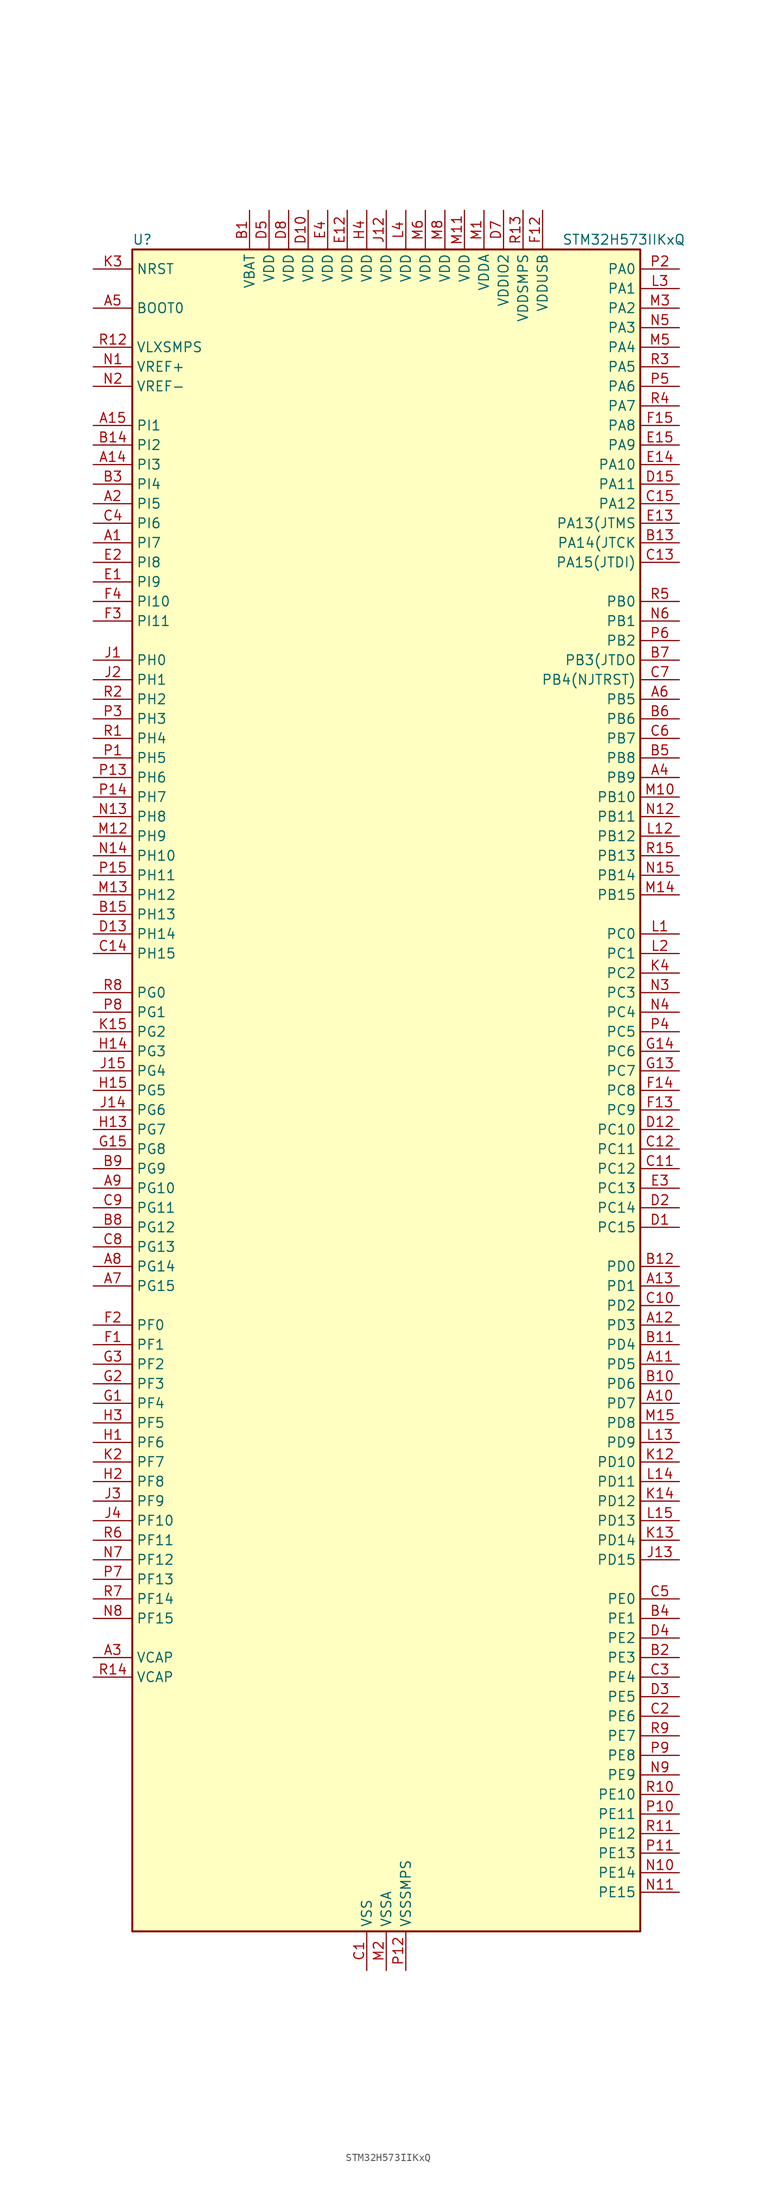
<source format=kicad_sym>
(kicad_symbol_lib
  (version 20231120)
  (generator "kicad-library-utils")
  (generator_version "8.0")
  (symbol "STM32H573IIKxQ"
    (property "Reference" "U"
      (at -33.02 110.49 0)
      (effects (font (size 1.27 1.27)) (justify left)))
    (property "Value" "STM32H573IIKxQ"
      (at 22.86 110.49 0)
      (effects (font (size 1.27 1.27)) (justify left)))
    (symbol "STM32H573IIKxQ_0_1"
      (rectangle (start -33.02 -109.22) (end 33.02 109.22) (stroke (width 0.254) (type default)) (fill (type background))))
    (symbol "STM32H573IIKxQ_1_1"
      (pin bidirectional line (at -38.1 71.12 0) (length 5.08) (name "PI7" (effects (font (size 1.27 1.27)))) (number "A1" (effects (font (size 1.27 1.27)))) (alternate "DCMI_D7" bidirectional line) (alternate "PSSI_D7" bidirectional line) (alternate "SAI2_FS_A" bidirectional line) (alternate "TIM8_CH3" bidirectional line))
      (pin bidirectional line (at 38.1 -40.64 180) (length 5.08) (name "PD7" (effects (font (size 1.27 1.27)))) (number "A10" (effects (font (size 1.27 1.27)))) (alternate "FMC_NCE" bidirectional line) (alternate "FMC_NE1" bidirectional line) (alternate "I2S1_SDO" bidirectional line) (alternate "LPTIM4_OUT" bidirectional line) (alternate "OCTOSPI1_IO7" bidirectional line) (alternate "SDMMC2_CMD" bidirectional line) (alternate "SPI1_MOSI" bidirectional line) (alternate "USART2_CK" bidirectional line))
      (pin bidirectional line (at 38.1 -35.56 180) (length 5.08) (name "PD5" (effects (font (size 1.27 1.27)))) (number "A11" (effects (font (size 1.27 1.27)))) (alternate "FDCAN1_TX" bidirectional line) (alternate "FMC_NWE" bidirectional line) (alternate "OCTOSPI1_IO5" bidirectional line) (alternate "SPI2_RDY" bidirectional line) (alternate "TIM1_CH4N" bidirectional line) (alternate "USART2_TX" bidirectional line))
      (pin bidirectional line (at 38.1 -30.48 180) (length 5.08) (name "PD3" (effects (font (size 1.27 1.27)))) (number "A12" (effects (font (size 1.27 1.27)))) (alternate "DCMI_D5" bidirectional line) (alternate "FMC_CLK" bidirectional line) (alternate "I2S2_CK" bidirectional line) (alternate "PSSI_D5" bidirectional line) (alternate "PWR_WKUP8" bidirectional line) (alternate "SPI2_SCK" bidirectional line) (alternate "USART2_CTS" bidirectional line) (alternate "USART2_NSS" bidirectional line))
      (pin bidirectional line (at 38.1 -25.4 180) (length 5.08) (name "PD1" (effects (font (size 1.27 1.27)))) (number "A13" (effects (font (size 1.27 1.27)))) (alternate "FDCAN1_TX" bidirectional line) (alternate "FMC_D3" bidirectional line) (alternate "FMC_DA3" bidirectional line) (alternate "UART4_TX" bidirectional line))
      (pin bidirectional line (at -38.1 81.28 0) (length 5.08) (name "PI3" (effects (font (size 1.27 1.27)))) (number "A14" (effects (font (size 1.27 1.27)))) (alternate "DCMI_D10" bidirectional line) (alternate "I2S2_SDO" bidirectional line) (alternate "PSSI_D10" bidirectional line) (alternate "SPI2_MOSI" bidirectional line) (alternate "TIM8_ETR" bidirectional line))
      (pin bidirectional line (at -38.1 86.36 0) (length 5.08) (name "PI1" (effects (font (size 1.27 1.27)))) (number "A15" (effects (font (size 1.27 1.27)))) (alternate "DCMI_D8" bidirectional line) (alternate "I2S2_CK" bidirectional line) (alternate "PSSI_D8" bidirectional line) (alternate "SPI2_SCK" bidirectional line) (alternate "TIM8_BKIN2" bidirectional line))
      (pin bidirectional line (at -38.1 76.2 0) (length 5.08) (name "PI5" (effects (font (size 1.27 1.27)))) (number "A2" (effects (font (size 1.27 1.27)))) (alternate "DCMI_VSYNC" bidirectional line) (alternate "PSSI_RDY" bidirectional line) (alternate "SAI2_SCK_A" bidirectional line) (alternate "TIM8_CH1" bidirectional line))
      (pin power_out line (at -38.1 -73.66 0) (length 5.08) (name "VCAP" (effects (font (size 1.27 1.27)))) (number "A3" (effects (font (size 1.27 1.27)))))
      (pin bidirectional line (at 38.1 40.64 180) (length 5.08) (name "PB9" (effects (font (size 1.27 1.27)))) (number "A4" (effects (font (size 1.27 1.27)))) (alternate "DAC1_EXTI9" bidirectional line) (alternate "DCMI_D7" bidirectional line) (alternate "FDCAN1_TX" bidirectional line) (alternate "I2C1_SDA" bidirectional line) (alternate "I2C4_SDA" bidirectional line) (alternate "I2S2_WS" bidirectional line) (alternate "I3C1_SDA" bidirectional line) (alternate "PSSI_D7" bidirectional line) (alternate "SDMMC1_CDIR" bidirectional line) (alternate "SDMMC1_D5" bidirectional line) (alternate "SDMMC2_CKIN" bidirectional line) (alternate "SDMMC2_D5" bidirectional line) (alternate "SPI2_NSS" bidirectional line) (alternate "TIM17_CH1" bidirectional line) (alternate "TIM4_CH4" bidirectional line) (alternate "UART4_TX" bidirectional line))
      (pin input line (at -38.1 101.6 0) (length 5.08) (name "BOOT0" (effects (font (size 1.27 1.27)))) (number "A5" (effects (font (size 1.27 1.27)))))
      (pin bidirectional line (at 38.1 50.8 180) (length 5.08) (name "PB5" (effects (font (size 1.27 1.27)))) (number "A6" (effects (font (size 1.27 1.27)))) (alternate "DCMI_D10" bidirectional line) (alternate "ETH_PPS_OUT" bidirectional line) (alternate "FDCAN2_RX" bidirectional line) (alternate "FMC_SDCKE1" bidirectional line) (alternate "I2C1_SMBA" bidirectional line) (alternate "I2C4_SMBA" bidirectional line) (alternate "I2S1_SDO" bidirectional line) (alternate "I2S3_SDO" bidirectional line) (alternate "OCTOSPI1_NCLK" bidirectional line) (alternate "PSSI_D10" bidirectional line) (alternate "SPI1_MOSI" bidirectional line) (alternate "SPI3_MOSI" bidirectional line) (alternate "SPI6_MOSI" bidirectional line) (alternate "TIM17_BKIN" bidirectional line) (alternate "TIM3_CH2" bidirectional line) (alternate "UART5_RX" bidirectional line))
      (pin bidirectional line (at -38.1 -25.4 0) (length 5.08) (name "PG15" (effects (font (size 1.27 1.27)))) (number "A7" (effects (font (size 1.27 1.27)))) (alternate "ADC1_EXTI15" bidirectional line) (alternate "ADC2_EXTI15" bidirectional line) (alternate "DCMI_D13" bidirectional line) (alternate "FMC_SDNCAS" bidirectional line) (alternate "PSSI_D13" bidirectional line) (alternate "SPI4_RDY" bidirectional line) (alternate "USART10_CK" bidirectional line) (alternate "USART6_CTS" bidirectional line) (alternate "USART6_NSS" bidirectional line))
      (pin bidirectional line (at -38.1 -22.86 0) (length 5.08) (name "PG14" (effects (font (size 1.27 1.27)))) (number "A8" (effects (font (size 1.27 1.27)))) (alternate "DEBUG_TRACED1" bidirectional line) (alternate "ETH_TXD1" bidirectional line) (alternate "FMC_A25" bidirectional line) (alternate "LPTIM1_CH2" bidirectional line) (alternate "LPTIM1_ETR" bidirectional line) (alternate "LPTIM5_IN1" bidirectional line) (alternate "OCTOSPI1_IO7" bidirectional line) (alternate "SDMMC2_D7" bidirectional line) (alternate "SPI6_MOSI" bidirectional line) (alternate "USART10_RTS" bidirectional line) (alternate "USART6_TX" bidirectional line))
      (pin bidirectional line (at -38.1 -12.7 0) (length 5.08) (name "PG10" (effects (font (size 1.27 1.27)))) (number "A9" (effects (font (size 1.27 1.27)))) (alternate "DCMI_D2" bidirectional line) (alternate "FMC_NE3" bidirectional line) (alternate "I2S1_WS" bidirectional line) (alternate "PSSI_D2" bidirectional line) (alternate "SAI2_SD_B" bidirectional line) (alternate "SDMMC2_D1" bidirectional line) (alternate "SPI1_NSS" bidirectional line))
      (pin power_in line (at -17.78 114.3 270) (length 5.08) (name "VBAT" (effects (font (size 1.27 1.27)))) (number "B1" (effects (font (size 1.27 1.27)))))
      (pin bidirectional line (at 38.1 -38.1 180) (length 5.08) (name "PD6" (effects (font (size 1.27 1.27)))) (number "B10" (effects (font (size 1.27 1.27)))) (alternate "DCMI_D10" bidirectional line) (alternate "FMC_NWAIT" bidirectional line) (alternate "I2S3_SDO" bidirectional line) (alternate "OCTOSPI1_IO6" bidirectional line) (alternate "PSSI_D10" bidirectional line) (alternate "SAI1_D1" bidirectional line) (alternate "SAI1_SD_A" bidirectional line) (alternate "SDMMC2_CK" bidirectional line) (alternate "SPI3_MOSI" bidirectional line) (alternate "USART2_RX" bidirectional line))
      (pin bidirectional line (at 38.1 -33.02 180) (length 5.08) (name "PD4" (effects (font (size 1.27 1.27)))) (number "B11" (effects (font (size 1.27 1.27)))) (alternate "FMC_NOE" bidirectional line) (alternate "OCTOSPI1_IO4" bidirectional line) (alternate "USART2_RTS" bidirectional line))
      (pin bidirectional line (at 38.1 -22.86 180) (length 5.08) (name "PD0" (effects (font (size 1.27 1.27)))) (number "B12" (effects (font (size 1.27 1.27)))) (alternate "FDCAN1_RX" bidirectional line) (alternate "FMC_D2" bidirectional line) (alternate "FMC_DA2" bidirectional line) (alternate "TIM8_CH4N" bidirectional line) (alternate "UART4_RX" bidirectional line) (alternate "UART9_CTS" bidirectional line))
      (pin bidirectional line (at 38.1 71.12 180) (length 5.08) (name "PA14(JTCK" (effects (font (size 1.27 1.27)))) (number "B13" (effects (font (size 1.27 1.27)))) (alternate "DEBUG_JTCK-SWCLK" bidirectional line))
      (pin bidirectional line (at -38.1 83.82 0) (length 5.08) (name "PI2" (effects (font (size 1.27 1.27)))) (number "B14" (effects (font (size 1.27 1.27)))) (alternate "DCMI_D9" bidirectional line) (alternate "I2S2_SDI" bidirectional line) (alternate "PSSI_D9" bidirectional line) (alternate "SPI2_MISO" bidirectional line) (alternate "TIM8_CH4" bidirectional line))
      (pin bidirectional line (at -38.1 22.86 0) (length 5.08) (name "PH13" (effects (font (size 1.27 1.27)))) (number "B15" (effects (font (size 1.27 1.27)))) (alternate "DCMI_D3" bidirectional line) (alternate "FDCAN1_TX" bidirectional line) (alternate "LPTIM1_IN2" bidirectional line) (alternate "PSSI_D3" bidirectional line) (alternate "TIM8_CH1N" bidirectional line) (alternate "UART4_TX" bidirectional line) (alternate "UART8_TX" bidirectional line))
      (pin bidirectional line (at 38.1 -73.66 180) (length 5.08) (name "PE3" (effects (font (size 1.27 1.27)))) (number "B2" (effects (font (size 1.27 1.27)))) (alternate "DEBUG_TRACED0" bidirectional line) (alternate "FMC_A19" bidirectional line) (alternate "SAI1_SD_B" bidirectional line) (alternate "TAMP_IN6" bidirectional line) (alternate "TAMP_OUT3" bidirectional line) (alternate "TIM15_BKIN" bidirectional line) (alternate "USART10_TX" bidirectional line))
      (pin bidirectional line (at -38.1 78.74 0) (length 5.08) (name "PI4" (effects (font (size 1.27 1.27)))) (number "B3" (effects (font (size 1.27 1.27)))) (alternate "DCMI_D5" bidirectional line) (alternate "PSSI_D5" bidirectional line) (alternate "SAI2_MCLK_A" bidirectional line) (alternate "SPI2_RDY" bidirectional line) (alternate "TIM8_BKIN" bidirectional line))
      (pin bidirectional line (at 38.1 -68.58 180) (length 5.08) (name "PE1" (effects (font (size 1.27 1.27)))) (number "B4" (effects (font (size 1.27 1.27)))) (alternate "DCMI_D3" bidirectional line) (alternate "FDCAN1_TX" bidirectional line) (alternate "FMC_NBL1" bidirectional line) (alternate "LPTIM1_IN2" bidirectional line) (alternate "PSSI_D3" bidirectional line) (alternate "UART8_TX" bidirectional line))
      (pin bidirectional line (at 38.1 43.18 180) (length 5.08) (name "PB8" (effects (font (size 1.27 1.27)))) (number "B5" (effects (font (size 1.27 1.27)))) (alternate "DCMI_D6" bidirectional line) (alternate "ETH_TXD3" bidirectional line) (alternate "FDCAN1_RX" bidirectional line) (alternate "I2C1_SCL" bidirectional line) (alternate "I2C4_SCL" bidirectional line) (alternate "I3C1_SCL" bidirectional line) (alternate "PSSI_D6" bidirectional line) (alternate "SDMMC1_CKIN" bidirectional line) (alternate "SDMMC1_D4" bidirectional line) (alternate "SDMMC2_D4" bidirectional line) (alternate "SPI4_RDY" bidirectional line) (alternate "TIM16_CH1" bidirectional line) (alternate "TIM4_CH3" bidirectional line) (alternate "UART4_RX" bidirectional line))
      (pin bidirectional line (at 38.1 48.26 180) (length 5.08) (name "PB6" (effects (font (size 1.27 1.27)))) (number "B6" (effects (font (size 1.27 1.27)))) (alternate "CEC" bidirectional line) (alternate "DCMI_D5" bidirectional line) (alternate "FDCAN2_TX" bidirectional line) (alternate "FMC_SDNE1" bidirectional line) (alternate "I2C1_SCL" bidirectional line) (alternate "I2C4_SCL" bidirectional line) (alternate "I3C1_SCL" bidirectional line) (alternate "LPUART1_TX" bidirectional line) (alternate "OCTOSPI1_NCS" bidirectional line) (alternate "PSSI_D5" bidirectional line) (alternate "TIM16_CH1N" bidirectional line) (alternate "TIM4_CH1" bidirectional line) (alternate "UART5_TX" bidirectional line) (alternate "USART1_TX" bidirectional line))
      (pin bidirectional line (at 38.1 55.88 180) (length 5.08) (name "PB3(JTDO" (effects (font (size 1.27 1.27)))) (number "B7" (effects (font (size 1.27 1.27)))) (alternate "CRS_SYNC" bidirectional line) (alternate "DEBUG_JTDO-SWO" bidirectional line) (alternate "I2C2_SDA" bidirectional line) (alternate "I2S1_CK" bidirectional line) (alternate "I2S3_CK" bidirectional line) (alternate "LPTIM6_ETR" bidirectional line) (alternate "SDMMC2_D2" bidirectional line) (alternate "SPI1_SCK" bidirectional line) (alternate "SPI3_SCK" bidirectional line) (alternate "SPI6_SCK" bidirectional line) (alternate "TIM2_CH2" bidirectional line) (alternate "UART12_CTS" bidirectional line) (alternate "UART7_RX" bidirectional line))
      (pin bidirectional line (at -38.1 -17.78 0) (length 5.08) (name "PG12" (effects (font (size 1.27 1.27)))) (number "B8" (effects (font (size 1.27 1.27)))) (alternate "DCMI_D11" bidirectional line) (alternate "ETH_TXD1" bidirectional line) (alternate "FMC_NE4" bidirectional line) (alternate "LPTIM1_IN1" bidirectional line) (alternate "LPTIM5_CH1" bidirectional line) (alternate "PSSI_D11" bidirectional line) (alternate "PSSI_D15" bidirectional line) (alternate "SDMMC2_D3" bidirectional line) (alternate "SPI6_MISO" bidirectional line) (alternate "USART10_TX" bidirectional line) (alternate "USART6_RTS" bidirectional line))
      (pin bidirectional line (at -38.1 -10.16 0) (length 5.08) (name "PG9" (effects (font (size 1.27 1.27)))) (number "B9" (effects (font (size 1.27 1.27)))) (alternate "DAC1_EXTI9" bidirectional line) (alternate "DCMI_VSYNC" bidirectional line) (alternate "FMC_NCE" bidirectional line) (alternate "FMC_NE2" bidirectional line) (alternate "I2S1_SDI" bidirectional line) (alternate "OCTOSPI1_IO6" bidirectional line) (alternate "PSSI_RDY" bidirectional line) (alternate "SAI2_FS_B" bidirectional line) (alternate "SDMMC2_D0" bidirectional line) (alternate "SPI1_MISO" bidirectional line) (alternate "USART6_RX" bidirectional line))
      (pin power_in line (at -2.54 -114.3 90) (length 5.08) (name "VSS" (effects (font (size 1.27 1.27)))) (number "C1" (effects (font (size 1.27 1.27)))))
      (pin bidirectional line (at 38.1 -27.94 180) (length 5.08) (name "PD2" (effects (font (size 1.27 1.27)))) (number "C10" (effects (font (size 1.27 1.27)))) (alternate "DCMI_D11" bidirectional line) (alternate "DEBUG_TRACED2" bidirectional line) (alternate "LPTIM4_ETR" bidirectional line) (alternate "PSSI_D11" bidirectional line) (alternate "PWR_WKUP7" bidirectional line) (alternate "SDMMC1_CMD" bidirectional line) (alternate "TIM15_BKIN" bidirectional line) (alternate "TIM3_ETR" bidirectional line) (alternate "UART5_RX" bidirectional line))
      (pin bidirectional line (at 38.1 -10.16 180) (length 5.08) (name "PC12" (effects (font (size 1.27 1.27)))) (number "C11" (effects (font (size 1.27 1.27)))) (alternate "DCMI_D9" bidirectional line) (alternate "DEBUG_TRACED3" bidirectional line) (alternate "I2S3_SDO" bidirectional line) (alternate "PSSI_D9" bidirectional line) (alternate "SDMMC1_CK" bidirectional line) (alternate "SPI3_MOSI" bidirectional line) (alternate "SPI6_SCK" bidirectional line) (alternate "TIM15_CH1" bidirectional line) (alternate "UART5_TX" bidirectional line) (alternate "USART3_CK" bidirectional line))
      (pin bidirectional line (at 38.1 -7.62 180) (length 5.08) (name "PC11" (effects (font (size 1.27 1.27)))) (number "C12" (effects (font (size 1.27 1.27)))) (alternate "ADC1_EXTI11" bidirectional line) (alternate "ADC2_EXTI11" bidirectional line) (alternate "DCMI_D4" bidirectional line) (alternate "I2S3_SDI" bidirectional line) (alternate "LPTIM3_IN1" bidirectional line) (alternate "OCTOSPI1_NCS" bidirectional line) (alternate "PSSI_D4" bidirectional line) (alternate "SDMMC1_D3" bidirectional line) (alternate "SPI3_MISO" bidirectional line) (alternate "UART4_RX" bidirectional line) (alternate "USART3_RX" bidirectional line))
      (pin bidirectional line (at 38.1 68.58 180) (length 5.08) (name "PA15(JTDI)" (effects (font (size 1.27 1.27)))) (number "C13" (effects (font (size 1.27 1.27)))) (alternate "ADC1_EXTI15" bidirectional line) (alternate "ADC2_EXTI15" bidirectional line) (alternate "CEC" bidirectional line) (alternate "DCMI_D11" bidirectional line) (alternate "DEBUG_JTDI" bidirectional line) (alternate "FMC_NBL1" bidirectional line) (alternate "I2S1_WS" bidirectional line) (alternate "I2S3_WS" bidirectional line) (alternate "LPTIM3_IN2" bidirectional line) (alternate "PSSI_D11" bidirectional line) (alternate "SPI1_NSS" bidirectional line) (alternate "SPI3_NSS" bidirectional line) (alternate "SPI6_NSS" bidirectional line) (alternate "TIM2_CH1" bidirectional line) (alternate "TIM2_ETR" bidirectional line) (alternate "UART4_DE" bidirectional line) (alternate "UART4_RTS" bidirectional line) (alternate "UART7_TX" bidirectional line))
      (pin bidirectional line (at -38.1 17.78 0) (length 5.08) (name "PH15" (effects (font (size 1.27 1.27)))) (number "C14" (effects (font (size 1.27 1.27)))) (alternate "ADC1_EXTI15" bidirectional line) (alternate "ADC2_EXTI15" bidirectional line) (alternate "DCMI_D11" bidirectional line) (alternate "PSSI_D11" bidirectional line) (alternate "TIM8_CH3N" bidirectional line))
      (pin bidirectional line (at 38.1 76.2 180) (length 5.08) (name "PA12" (effects (font (size 1.27 1.27)))) (number "C15" (effects (font (size 1.27 1.27)))) (alternate "FDCAN1_TX" bidirectional line) (alternate "I2S2_CK" bidirectional line) (alternate "LPUART1_RTS" bidirectional line) (alternate "SAI2_FS_B" bidirectional line) (alternate "SPI2_SCK" bidirectional line) (alternate "TIM1_ETR" bidirectional line) (alternate "UART4_TX" bidirectional line) (alternate "USART1_RTS" bidirectional line) (alternate "USB_DP" bidirectional line))
      (pin bidirectional line (at 38.1 -81.28 180) (length 5.08) (name "PE6" (effects (font (size 1.27 1.27)))) (number "C2" (effects (font (size 1.27 1.27)))) (alternate "DCMI_D7" bidirectional line) (alternate "DEBUG_TRACED3" bidirectional line) (alternate "FMC_A22" bidirectional line) (alternate "PSSI_D7" bidirectional line) (alternate "SAI1_D1" bidirectional line) (alternate "SAI1_SD_A" bidirectional line) (alternate "SAI2_MCLK_B" bidirectional line) (alternate "SPI4_MOSI" bidirectional line) (alternate "TAMP_IN3" bidirectional line) (alternate "TAMP_OUT6" bidirectional line) (alternate "TIM15_CH2" bidirectional line) (alternate "TIM1_BKIN2" bidirectional line))
      (pin bidirectional line (at 38.1 -76.2 180) (length 5.08) (name "PE4" (effects (font (size 1.27 1.27)))) (number "C3" (effects (font (size 1.27 1.27)))) (alternate "DCMI_D4" bidirectional line) (alternate "DEBUG_TRACED1" bidirectional line) (alternate "FMC_A20" bidirectional line) (alternate "PSSI_D4" bidirectional line) (alternate "SAI1_D2" bidirectional line) (alternate "SAI1_FS_A" bidirectional line) (alternate "SPI4_NSS" bidirectional line) (alternate "TAMP_IN7" bidirectional line) (alternate "TAMP_OUT8" bidirectional line) (alternate "TIM15_CH1N" bidirectional line))
      (pin bidirectional line (at -38.1 73.66 0) (length 5.08) (name "PI6" (effects (font (size 1.27 1.27)))) (number "C4" (effects (font (size 1.27 1.27)))) (alternate "DCMI_D6" bidirectional line) (alternate "PSSI_D6" bidirectional line) (alternate "SAI2_SD_A" bidirectional line) (alternate "TIM8_CH2" bidirectional line))
      (pin bidirectional line (at 38.1 -66.04 180) (length 5.08) (name "PE0" (effects (font (size 1.27 1.27)))) (number "C5" (effects (font (size 1.27 1.27)))) (alternate "DCMI_D2" bidirectional line) (alternate "FDCAN1_RX" bidirectional line) (alternate "FMC_NBL0" bidirectional line) (alternate "LPTIM1_ETR" bidirectional line) (alternate "LPTIM2_CH2" bidirectional line) (alternate "LPTIM2_ETR" bidirectional line) (alternate "PSSI_D2" bidirectional line) (alternate "SAI2_MCLK_A" bidirectional line) (alternate "SPI3_RDY" bidirectional line) (alternate "TIM4_ETR" bidirectional line) (alternate "UART8_RX" bidirectional line))
      (pin bidirectional line (at 38.1 45.72 180) (length 5.08) (name "PB7" (effects (font (size 1.27 1.27)))) (number "C6" (effects (font (size 1.27 1.27)))) (alternate "DCMI_VSYNC" bidirectional line) (alternate "FDCAN1_TX" bidirectional line) (alternate "FMC_NL" bidirectional line) (alternate "I2C1_SDA" bidirectional line) (alternate "I2C4_SDA" bidirectional line) (alternate "I3C1_SDA" bidirectional line) (alternate "LPUART1_RX" bidirectional line) (alternate "PSSI_RDY" bidirectional line) (alternate "PWR_WKUP5" bidirectional line) (alternate "SDMMC2_CKIN" bidirectional line) (alternate "SDMMC2_D5" bidirectional line) (alternate "TIM17_CH1N" bidirectional line) (alternate "TIM4_CH2" bidirectional line) (alternate "USART1_RX" bidirectional line))
      (pin bidirectional line (at 38.1 53.34 180) (length 5.08) (name "PB4(NJTRST)" (effects (font (size 1.27 1.27)))) (number "C7" (effects (font (size 1.27 1.27)))) (alternate "DCMI_D7" bidirectional line) (alternate "DEBUG_JTRST" bidirectional line) (alternate "I2S1_SDI" bidirectional line) (alternate "I2S2_WS" bidirectional line) (alternate "I2S3_SDI" bidirectional line) (alternate "LPTIM1_CH2" bidirectional line) (alternate "OCTOSPI1_CLK" bidirectional line) (alternate "PSSI_D7" bidirectional line) (alternate "SDMMC2_D3" bidirectional line) (alternate "SPI1_MISO" bidirectional line) (alternate "SPI2_NSS" bidirectional line) (alternate "SPI3_MISO" bidirectional line) (alternate "SPI6_MISO" bidirectional line) (alternate "TIM16_BKIN" bidirectional line) (alternate "TIM3_CH1" bidirectional line) (alternate "UART7_TX" bidirectional line))
      (pin bidirectional line (at -38.1 -20.32 0) (length 5.08) (name "PG13" (effects (font (size 1.27 1.27)))) (number "C8" (effects (font (size 1.27 1.27)))) (alternate "DEBUG_TRACED0" bidirectional line) (alternate "ETH_TXD0" bidirectional line) (alternate "FMC_A24" bidirectional line) (alternate "LPTIM1_CH1" bidirectional line) (alternate "LPTIM5_CH2" bidirectional line) (alternate "SDMMC2_D6" bidirectional line) (alternate "SPI6_SCK" bidirectional line) (alternate "USART10_CTS" bidirectional line) (alternate "USART10_NSS" bidirectional line) (alternate "USART6_CTS" bidirectional line) (alternate "USART6_NSS" bidirectional line))
      (pin bidirectional line (at -38.1 -15.24 0) (length 5.08) (name "PG11" (effects (font (size 1.27 1.27)))) (number "C9" (effects (font (size 1.27 1.27)))) (alternate "ADC1_EXTI11" bidirectional line) (alternate "ADC2_EXTI11" bidirectional line) (alternate "DCMI_D3" bidirectional line) (alternate "ETH_TX_EN" bidirectional line) (alternate "I2S1_CK" bidirectional line) (alternate "LPTIM1_IN2" bidirectional line) (alternate "PSSI_D3" bidirectional line) (alternate "SDMMC2_D2" bidirectional line) (alternate "SPI1_SCK" bidirectional line) (alternate "USART10_RX" bidirectional line) (alternate "USART11_RTS" bidirectional line))
      (pin bidirectional line (at 38.1 -17.78 180) (length 5.08) (name "PC15" (effects (font (size 1.27 1.27)))) (number "D1" (effects (font (size 1.27 1.27)))) (alternate "ADC1_EXTI15" bidirectional line) (alternate "ADC2_EXTI15" bidirectional line) (alternate "RCC_OSC32_OUT" bidirectional line))
      (pin power_in line (at -10.16 114.3 270) (length 5.08) (name "VDD" (effects (font (size 1.27 1.27)))) (number "D10" (effects (font (size 1.27 1.27)))))
      (pin passive line (at -2.54 -114.3 90) (length 5.08) hide (name "VSS" (effects (font (size 1.27 1.27)))) (number "D11" (effects (font (size 1.27 1.27)))))
      (pin bidirectional line (at 38.1 -5.08 180) (length 5.08) (name "PC10" (effects (font (size 1.27 1.27)))) (number "D12" (effects (font (size 1.27 1.27)))) (alternate "DCMI_D8" bidirectional line) (alternate "ETH_TXD0" bidirectional line) (alternate "I2S3_CK" bidirectional line) (alternate "LPTIM3_ETR" bidirectional line) (alternate "OCTOSPI1_IO1" bidirectional line) (alternate "PSSI_D8" bidirectional line) (alternate "SDMMC1_D2" bidirectional line) (alternate "SPI3_SCK" bidirectional line) (alternate "UART4_TX" bidirectional line) (alternate "USART3_TX" bidirectional line))
      (pin bidirectional line (at -38.1 20.32 0) (length 5.08) (name "PH14" (effects (font (size 1.27 1.27)))) (number "D13" (effects (font (size 1.27 1.27)))) (alternate "DCMI_D4" bidirectional line) (alternate "FDCAN1_RX" bidirectional line) (alternate "PSSI_D4" bidirectional line) (alternate "TIM8_CH2N" bidirectional line) (alternate "UART4_RX" bidirectional line))
      (pin passive line (at -2.54 -114.3 90) (length 5.08) hide (name "VSS" (effects (font (size 1.27 1.27)))) (number "D14" (effects (font (size 1.27 1.27)))))
      (pin bidirectional line (at 38.1 78.74 180) (length 5.08) (name "PA11" (effects (font (size 1.27 1.27)))) (number "D15" (effects (font (size 1.27 1.27)))) (alternate "ADC1_EXTI11" bidirectional line) (alternate "ADC2_EXTI11" bidirectional line) (alternate "FDCAN1_RX" bidirectional line) (alternate "I2S2_WS" bidirectional line) (alternate "LPUART1_CTS" bidirectional line) (alternate "SPI2_NSS" bidirectional line) (alternate "TIM1_CH4" bidirectional line) (alternate "UART4_RX" bidirectional line) (alternate "USART1_CTS" bidirectional line) (alternate "USART1_NSS" bidirectional line) (alternate "USB_DM" bidirectional line))
      (pin bidirectional line (at 38.1 -15.24 180) (length 5.08) (name "PC14" (effects (font (size 1.27 1.27)))) (number "D2" (effects (font (size 1.27 1.27)))) (alternate "RCC_OSC32_IN" bidirectional line))
      (pin bidirectional line (at 38.1 -78.74 180) (length 5.08) (name "PE5" (effects (font (size 1.27 1.27)))) (number "D3" (effects (font (size 1.27 1.27)))) (alternate "DCMI_D6" bidirectional line) (alternate "DEBUG_TRACED2" bidirectional line) (alternate "FMC_A21" bidirectional line) (alternate "PSSI_D6" bidirectional line) (alternate "SAI1_CK2" bidirectional line) (alternate "SAI1_SCK_A" bidirectional line) (alternate "SPI4_MISO" bidirectional line) (alternate "TAMP_IN8" bidirectional line) (alternate "TAMP_OUT7" bidirectional line) (alternate "TIM15_CH1" bidirectional line))
      (pin bidirectional line (at 38.1 -71.12 180) (length 5.08) (name "PE2" (effects (font (size 1.27 1.27)))) (number "D4" (effects (font (size 1.27 1.27)))) (alternate "DCMI_D3" bidirectional line) (alternate "DEBUG_TRACECLK" bidirectional line) (alternate "ETH_TXD3" bidirectional line) (alternate "FMC_A23" bidirectional line) (alternate "LPTIM1_IN2" bidirectional line) (alternate "OCTOSPI1_IO2" bidirectional line) (alternate "PSSI_D3" bidirectional line) (alternate "SAI1_CK1" bidirectional line) (alternate "SAI1_MCLK_A" bidirectional line) (alternate "SPI4_SCK" bidirectional line) (alternate "UART8_TX" bidirectional line) (alternate "USART10_RX" bidirectional line))
      (pin power_in line (at -15.24 114.3 270) (length 5.08) (name "VDD" (effects (font (size 1.27 1.27)))) (number "D5" (effects (font (size 1.27 1.27)))))
      (pin passive line (at -2.54 -114.3 90) (length 5.08) hide (name "VSS" (effects (font (size 1.27 1.27)))) (number "D6" (effects (font (size 1.27 1.27)))))
      (pin power_in line (at 15.24 114.3 270) (length 5.08) (name "VDDIO2" (effects (font (size 1.27 1.27)))) (number "D7" (effects (font (size 1.27 1.27)))))
      (pin power_in line (at -12.7 114.3 270) (length 5.08) (name "VDD" (effects (font (size 1.27 1.27)))) (number "D8" (effects (font (size 1.27 1.27)))))
      (pin passive line (at -2.54 -114.3 90) (length 5.08) hide (name "VSS" (effects (font (size 1.27 1.27)))) (number "D9" (effects (font (size 1.27 1.27)))))
      (pin bidirectional line (at -38.1 66.04 0) (length 5.08) (name "PI9" (effects (font (size 1.27 1.27)))) (number "E1" (effects (font (size 1.27 1.27)))) (alternate "DAC1_EXTI9" bidirectional line) (alternate "FDCAN1_RX" bidirectional line) (alternate "UART4_RX" bidirectional line))
      (pin power_in line (at -5.08 114.3 270) (length 5.08) (name "VDD" (effects (font (size 1.27 1.27)))) (number "E12" (effects (font (size 1.27 1.27)))))
      (pin bidirectional line (at 38.1 73.66 180) (length 5.08) (name "PA13(JTMS" (effects (font (size 1.27 1.27)))) (number "E13" (effects (font (size 1.27 1.27)))) (alternate "DEBUG_JTMS-SWDIO" bidirectional line))
      (pin bidirectional line (at 38.1 81.28 180) (length 5.08) (name "PA10" (effects (font (size 1.27 1.27)))) (number "E14" (effects (font (size 1.27 1.27)))) (alternate "DCMI_D1" bidirectional line) (alternate "FDCAN2_TX" bidirectional line) (alternate "LPTIM2_IN2" bidirectional line) (alternate "LPUART1_RX" bidirectional line) (alternate "PSSI_D1" bidirectional line) (alternate "SDMMC1_D0" bidirectional line) (alternate "TIM1_CH3" bidirectional line) (alternate "UCPD1_FRSTX" bidirectional line) (alternate "USART1_RX" bidirectional line))
      (pin bidirectional line (at 38.1 83.82 180) (length 5.08) (name "PA9" (effects (font (size 1.27 1.27)))) (number "E15" (effects (font (size 1.27 1.27)))) (alternate "DAC1_EXTI9" bidirectional line) (alternate "DCMI_D0" bidirectional line) (alternate "ETH_TX_ER" bidirectional line) (alternate "FMC_NWE" bidirectional line) (alternate "I2C3_SMBA" bidirectional line) (alternate "I2S2_CK" bidirectional line) (alternate "LPUART1_TX" bidirectional line) (alternate "PSSI_D0" bidirectional line) (alternate "SPI2_SCK" bidirectional line) (alternate "TIM1_CH2" bidirectional line) (alternate "UCPD1_DB1" bidirectional line) (alternate "USART1_TX" bidirectional line))
      (pin bidirectional line (at -38.1 68.58 0) (length 5.08) (name "PI8" (effects (font (size 1.27 1.27)))) (number "E2" (effects (font (size 1.27 1.27)))) (alternate "PWR_WKUP3" bidirectional line) (alternate "RTC_OUT2" bidirectional line) (alternate "TAMP_IN2" bidirectional line) (alternate "TAMP_OUT3" bidirectional line))
      (pin bidirectional line (at 38.1 -12.7 180) (length 5.08) (name "PC13" (effects (font (size 1.27 1.27)))) (number "E3" (effects (font (size 1.27 1.27)))) (alternate "PWR_WKUP4" bidirectional line) (alternate "RTC_OUT1" bidirectional line) (alternate "RTC_TS" bidirectional line) (alternate "TAMP_IN1" bidirectional line) (alternate "TAMP_OUT2" bidirectional line) (alternate "TAMP_OUT3" bidirectional line))
      (pin power_in line (at -7.62 114.3 270) (length 5.08) (name "VDD" (effects (font (size 1.27 1.27)))) (number "E4" (effects (font (size 1.27 1.27)))))
      (pin bidirectional line (at -38.1 -33.02 0) (length 5.08) (name "PF1" (effects (font (size 1.27 1.27)))) (number "F1" (effects (font (size 1.27 1.27)))) (alternate "FMC_A1" bidirectional line) (alternate "I2C2_SCL" bidirectional line) (alternate "LPTIM5_CH2" bidirectional line))
      (pin passive line (at -2.54 -114.3 90) (length 5.08) hide (name "VSS" (effects (font (size 1.27 1.27)))) (number "F10" (effects (font (size 1.27 1.27)))))
      (pin power_in line (at 20.32 114.3 270) (length 5.08) (name "VDDUSB" (effects (font (size 1.27 1.27)))) (number "F12" (effects (font (size 1.27 1.27)))))
      (pin bidirectional line (at 38.1 -2.54 180) (length 5.08) (name "PC9" (effects (font (size 1.27 1.27)))) (number "F13" (effects (font (size 1.27 1.27)))) (alternate "AUDIOCLK" bidirectional line) (alternate "DAC1_EXTI9" bidirectional line) (alternate "DCMI_D3" bidirectional line) (alternate "FMC_CLE" bidirectional line) (alternate "I2C3_SDA" bidirectional line) (alternate "OCTOSPI1_IO0" bidirectional line) (alternate "PSSI_D3" bidirectional line) (alternate "RCC_MCO_2" bidirectional line) (alternate "SDMMC1_D1" bidirectional line) (alternate "TIM3_CH4" bidirectional line) (alternate "TIM8_CH4" bidirectional line) (alternate "UART5_CTS" bidirectional line) (alternate "UCPD1_DB2" bidirectional line))
      (pin bidirectional line (at 38.1 0 180) (length 5.08) (name "PC8" (effects (font (size 1.27 1.27)))) (number "F14" (effects (font (size 1.27 1.27)))) (alternate "DCMI_D2" bidirectional line) (alternate "DEBUG_TRACED1" bidirectional line) (alternate "FMC_ALE" bidirectional line) (alternate "FMC_INT" bidirectional line) (alternate "FMC_NCE" bidirectional line) (alternate "FMC_NE2" bidirectional line) (alternate "PSSI_D2" bidirectional line) (alternate "SDMMC1_D0" bidirectional line) (alternate "TIM3_CH3" bidirectional line) (alternate "TIM8_CH3" bidirectional line) (alternate "UART5_DE" bidirectional line) (alternate "UART5_RTS" bidirectional line) (alternate "USART6_CK" bidirectional line))
      (pin bidirectional line (at 38.1 86.36 180) (length 5.08) (name "PA8" (effects (font (size 1.27 1.27)))) (number "F15" (effects (font (size 1.27 1.27)))) (alternate "DCMI_D3" bidirectional line) (alternate "FMC_NOE" bidirectional line) (alternate "I2C3_SCL" bidirectional line) (alternate "PSSI_D3" bidirectional line) (alternate "RCC_MCO_1" bidirectional line) (alternate "SPI1_RDY" bidirectional line) (alternate "TIM1_CH1" bidirectional line) (alternate "TIM8_BKIN2" bidirectional line) (alternate "UART7_RX" bidirectional line) (alternate "USART1_CK" bidirectional line) (alternate "USB_SOF" bidirectional line))
      (pin bidirectional line (at -38.1 -30.48 0) (length 5.08) (name "PF0" (effects (font (size 1.27 1.27)))) (number "F2" (effects (font (size 1.27 1.27)))) (alternate "FMC_A0" bidirectional line) (alternate "I2C2_SDA" bidirectional line) (alternate "LPTIM5_CH1" bidirectional line))
      (pin bidirectional line (at -38.1 60.96 0) (length 5.08) (name "PI11" (effects (font (size 1.27 1.27)))) (number "F3" (effects (font (size 1.27 1.27)))) (alternate "ADC1_EXTI11" bidirectional line) (alternate "ADC2_EXTI11" bidirectional line) (alternate "PSSI_D15" bidirectional line) (alternate "TAMP_IN4" bidirectional line) (alternate "TAMP_OUT5" bidirectional line))
      (pin bidirectional line (at -38.1 63.5 0) (length 5.08) (name "PI10" (effects (font (size 1.27 1.27)))) (number "F4" (effects (font (size 1.27 1.27)))) (alternate "ETH_RX_ER" bidirectional line) (alternate "FDCAN1_RX" bidirectional line) (alternate "PSSI_D14" bidirectional line))
      (pin passive line (at -2.54 -114.3 90) (length 5.08) hide (name "VSS" (effects (font (size 1.27 1.27)))) (number "F6" (effects (font (size 1.27 1.27)))))
      (pin passive line (at -2.54 -114.3 90) (length 5.08) hide (name "VSS" (effects (font (size 1.27 1.27)))) (number "F7" (effects (font (size 1.27 1.27)))))
      (pin passive line (at -2.54 -114.3 90) (length 5.08) hide (name "VSS" (effects (font (size 1.27 1.27)))) (number "F8" (effects (font (size 1.27 1.27)))))
      (pin passive line (at -2.54 -114.3 90) (length 5.08) hide (name "VSS" (effects (font (size 1.27 1.27)))) (number "F9" (effects (font (size 1.27 1.27)))))
      (pin bidirectional line (at -38.1 -40.64 0) (length 5.08) (name "PF4" (effects (font (size 1.27 1.27)))) (number "G1" (effects (font (size 1.27 1.27)))) (alternate "FMC_A4" bidirectional line) (alternate "LPTIM3_ETR" bidirectional line) (alternate "USART11_RX" bidirectional line))
      (pin passive line (at -2.54 -114.3 90) (length 5.08) hide (name "VSS" (effects (font (size 1.27 1.27)))) (number "G10" (effects (font (size 1.27 1.27)))))
      (pin passive line (at -2.54 -114.3 90) (length 5.08) hide (name "VSS" (effects (font (size 1.27 1.27)))) (number "G12" (effects (font (size 1.27 1.27)))))
      (pin bidirectional line (at 38.1 2.54 180) (length 5.08) (name "PC7" (effects (font (size 1.27 1.27)))) (number "G13" (effects (font (size 1.27 1.27)))) (alternate "DCMI_D1" bidirectional line) (alternate "DEBUG_TRGIO" bidirectional line) (alternate "FMC_NE1" bidirectional line) (alternate "I2S3_MCK" bidirectional line) (alternate "OCTOSPI1_IO6" bidirectional line) (alternate "PSSI_D1" bidirectional line) (alternate "SDMMC1_D123DIR" bidirectional line) (alternate "SDMMC1_D7" bidirectional line) (alternate "SDMMC2_D7" bidirectional line) (alternate "TIM3_CH2" bidirectional line) (alternate "TIM8_CH2" bidirectional line) (alternate "USART6_RX" bidirectional line))
      (pin bidirectional line (at 38.1 5.08 180) (length 5.08) (name "PC6" (effects (font (size 1.27 1.27)))) (number "G14" (effects (font (size 1.27 1.27)))) (alternate "DCMI_D0" bidirectional line) (alternate "FMC_NWAIT" bidirectional line) (alternate "I2S2_MCK" bidirectional line) (alternate "OCTOSPI1_IO5" bidirectional line) (alternate "PSSI_D0" bidirectional line) (alternate "SAI1_SCK_A" bidirectional line) (alternate "SDMMC1_D0DIR" bidirectional line) (alternate "SDMMC1_D6" bidirectional line) (alternate "SDMMC2_D6" bidirectional line) (alternate "TIM3_CH1" bidirectional line) (alternate "TIM8_CH1" bidirectional line) (alternate "USART6_TX" bidirectional line))
      (pin bidirectional line (at -38.1 -7.62 0) (length 5.08) (name "PG8" (effects (font (size 1.27 1.27)))) (number "G15" (effects (font (size 1.27 1.27)))) (alternate "ETH_PPS_OUT" bidirectional line) (alternate "FMC_SDCLK" bidirectional line) (alternate "SPI6_NSS" bidirectional line) (alternate "TIM8_ETR" bidirectional line) (alternate "USART6_RTS" bidirectional line))
      (pin bidirectional line (at -38.1 -38.1 0) (length 5.08) (name "PF3" (effects (font (size 1.27 1.27)))) (number "G2" (effects (font (size 1.27 1.27)))) (alternate "FMC_A3" bidirectional line) (alternate "LPTIM3_IN1" bidirectional line) (alternate "LPTIM5_IN2" bidirectional line) (alternate "USART11_TX" bidirectional line))
      (pin bidirectional line (at -38.1 -35.56 0) (length 5.08) (name "PF2" (effects (font (size 1.27 1.27)))) (number "G3" (effects (font (size 1.27 1.27)))) (alternate "FMC_A2" bidirectional line) (alternate "I2C2_SMBA" bidirectional line) (alternate "LPTIM3_CH2" bidirectional line) (alternate "LPTIM3_IN2" bidirectional line) (alternate "LPTIM5_IN1" bidirectional line) (alternate "UART12_TX" bidirectional line) (alternate "USART11_CK" bidirectional line))
      (pin passive line (at -2.54 -114.3 90) (length 5.08) hide (name "VSS" (effects (font (size 1.27 1.27)))) (number "G4" (effects (font (size 1.27 1.27)))))
      (pin passive line (at -2.54 -114.3 90) (length 5.08) hide (name "VSS" (effects (font (size 1.27 1.27)))) (number "G6" (effects (font (size 1.27 1.27)))))
      (pin passive line (at -2.54 -114.3 90) (length 5.08) hide (name "VSS" (effects (font (size 1.27 1.27)))) (number "G7" (effects (font (size 1.27 1.27)))))
      (pin passive line (at -2.54 -114.3 90) (length 5.08) hide (name "VSS" (effects (font (size 1.27 1.27)))) (number "G8" (effects (font (size 1.27 1.27)))))
      (pin passive line (at -2.54 -114.3 90) (length 5.08) hide (name "VSS" (effects (font (size 1.27 1.27)))) (number "G9" (effects (font (size 1.27 1.27)))))
      (pin bidirectional line (at -38.1 -45.72 0) (length 5.08) (name "PF6" (effects (font (size 1.27 1.27)))) (number "H1" (effects (font (size 1.27 1.27)))) (alternate "LPTIM5_CH1" bidirectional line) (alternate "OCTOSPI1_IO3" bidirectional line) (alternate "SAI1_SD_B" bidirectional line) (alternate "SPI5_NSS" bidirectional line) (alternate "TIM16_CH1" bidirectional line) (alternate "UART7_RX" bidirectional line))
      (pin passive line (at -2.54 -114.3 90) (length 5.08) hide (name "VSS" (effects (font (size 1.27 1.27)))) (number "H10" (effects (font (size 1.27 1.27)))))
      (pin passive line (at -2.54 -114.3 90) (length 5.08) hide (name "VSS" (effects (font (size 1.27 1.27)))) (number "H12" (effects (font (size 1.27 1.27)))))
      (pin bidirectional line (at -38.1 -5.08 0) (length 5.08) (name "PG7" (effects (font (size 1.27 1.27)))) (number "H13" (effects (font (size 1.27 1.27)))) (alternate "DCMI_D13" bidirectional line) (alternate "FMC_INT" bidirectional line) (alternate "I2C4_SCL" bidirectional line) (alternate "I3C1_SCL" bidirectional line) (alternate "PSSI_D13" bidirectional line) (alternate "SAI1_CK2" bidirectional line) (alternate "SAI1_MCLK_A" bidirectional line) (alternate "UCPD1_FRSTX" bidirectional line) (alternate "USART6_CK" bidirectional line))
      (pin bidirectional line (at -38.1 5.08 0) (length 5.08) (name "PG3" (effects (font (size 1.27 1.27)))) (number "H14" (effects (font (size 1.27 1.27)))) (alternate "FMC_A13" bidirectional line) (alternate "LPTIM5_ETR" bidirectional line) (alternate "TIM8_BKIN2" bidirectional line) (alternate "UART12_TX" bidirectional line))
      (pin bidirectional line (at -38.1 0 0) (length 5.08) (name "PG5" (effects (font (size 1.27 1.27)))) (number "H15" (effects (font (size 1.27 1.27)))) (alternate "FMC_A15" bidirectional line) (alternate "FMC_BA1" bidirectional line) (alternate "TIM1_ETR" bidirectional line))
      (pin bidirectional line (at -38.1 -50.8 0) (length 5.08) (name "PF8" (effects (font (size 1.27 1.27)))) (number "H2" (effects (font (size 1.27 1.27)))) (alternate "LPTIM5_IN1" bidirectional line) (alternate "OCTOSPI1_IO0" bidirectional line) (alternate "SAI1_SCK_B" bidirectional line) (alternate "SPI5_MISO" bidirectional line) (alternate "TIM13_CH1" bidirectional line) (alternate "TIM16_CH1N" bidirectional line) (alternate "UART7_RTS" bidirectional line))
      (pin bidirectional line (at -38.1 -43.18 0) (length 5.08) (name "PF5" (effects (font (size 1.27 1.27)))) (number "H3" (effects (font (size 1.27 1.27)))) (alternate "FMC_A5" bidirectional line) (alternate "I2C4_SCL" bidirectional line) (alternate "I3C1_SCL" bidirectional line) (alternate "LPTIM3_CH1" bidirectional line) (alternate "LPTIM3_IN1" bidirectional line) (alternate "UART12_RX" bidirectional line) (alternate "USART11_CTS" bidirectional line) (alternate "USART11_NSS" bidirectional line))
      (pin power_in line (at -2.54 114.3 270) (length 5.08) (name "VDD" (effects (font (size 1.27 1.27)))) (number "H4" (effects (font (size 1.27 1.27)))))
      (pin passive line (at -2.54 -114.3 90) (length 5.08) hide (name "VSS" (effects (font (size 1.27 1.27)))) (number "H6" (effects (font (size 1.27 1.27)))))
      (pin passive line (at -2.54 -114.3 90) (length 5.08) hide (name "VSS" (effects (font (size 1.27 1.27)))) (number "H7" (effects (font (size 1.27 1.27)))))
      (pin passive line (at -2.54 -114.3 90) (length 5.08) hide (name "VSS" (effects (font (size 1.27 1.27)))) (number "H8" (effects (font (size 1.27 1.27)))))
      (pin passive line (at -2.54 -114.3 90) (length 5.08) hide (name "VSS" (effects (font (size 1.27 1.27)))) (number "H9" (effects (font (size 1.27 1.27)))))
      (pin bidirectional line (at -38.1 55.88 0) (length 5.08) (name "PH0" (effects (font (size 1.27 1.27)))) (number "J1" (effects (font (size 1.27 1.27)))) (alternate "RCC_OSC_IN" bidirectional line))
      (pin passive line (at -2.54 -114.3 90) (length 5.08) hide (name "VSS" (effects (font (size 1.27 1.27)))) (number "J10" (effects (font (size 1.27 1.27)))))
      (pin power_in line (at 0 114.3 270) (length 5.08) (name "VDD" (effects (font (size 1.27 1.27)))) (number "J12" (effects (font (size 1.27 1.27)))))
      (pin bidirectional line (at 38.1 -60.96 180) (length 5.08) (name "PD15" (effects (font (size 1.27 1.27)))) (number "J13" (effects (font (size 1.27 1.27)))) (alternate "ADC1_EXTI15" bidirectional line) (alternate "ADC2_EXTI15" bidirectional line) (alternate "FMC_D1" bidirectional line) (alternate "FMC_DA1" bidirectional line) (alternate "TIM4_CH4" bidirectional line) (alternate "UART8_RTS" bidirectional line) (alternate "UART9_TX" bidirectional line))
      (pin bidirectional line (at -38.1 -2.54 0) (length 5.08) (name "PG6" (effects (font (size 1.27 1.27)))) (number "J14" (effects (font (size 1.27 1.27)))) (alternate "DCMI_D12" bidirectional line) (alternate "FMC_NE3" bidirectional line) (alternate "I2C4_SDA" bidirectional line) (alternate "I3C1_SDA" bidirectional line) (alternate "OCTOSPI1_NCS" bidirectional line) (alternate "PSSI_D12" bidirectional line) (alternate "SPI1_RDY" bidirectional line) (alternate "TIM17_BKIN" bidirectional line) (alternate "UCPD1_FRSTX" bidirectional line))
      (pin bidirectional line (at -38.1 2.54 0) (length 5.08) (name "PG4" (effects (font (size 1.27 1.27)))) (number "J15" (effects (font (size 1.27 1.27)))) (alternate "FMC_A14" bidirectional line) (alternate "FMC_BA0" bidirectional line) (alternate "LPTIM4_ETR" bidirectional line) (alternate "TIM1_BKIN2" bidirectional line))
      (pin bidirectional line (at -38.1 53.34 0) (length 5.08) (name "PH1" (effects (font (size 1.27 1.27)))) (number "J2" (effects (font (size 1.27 1.27)))) (alternate "RCC_OSC_OUT" bidirectional line))
      (pin bidirectional line (at -38.1 -53.34 0) (length 5.08) (name "PF9" (effects (font (size 1.27 1.27)))) (number "J3" (effects (font (size 1.27 1.27)))) (alternate "DAC1_EXTI9" bidirectional line) (alternate "LPTIM5_IN2" bidirectional line) (alternate "OCTOSPI1_IO1" bidirectional line) (alternate "SAI1_FS_B" bidirectional line) (alternate "SPI5_MOSI" bidirectional line) (alternate "TIM14_CH1" bidirectional line) (alternate "TIM17_CH1N" bidirectional line) (alternate "UART7_CTS" bidirectional line))
      (pin bidirectional line (at -38.1 -55.88 0) (length 5.08) (name "PF10" (effects (font (size 1.27 1.27)))) (number "J4" (effects (font (size 1.27 1.27)))) (alternate "DCMI_D11" bidirectional line) (alternate "OCTOSPI1_CLK" bidirectional line) (alternate "PSSI_D11" bidirectional line) (alternate "PSSI_D15" bidirectional line) (alternate "SAI1_D3" bidirectional line) (alternate "TIM16_BKIN" bidirectional line))
      (pin passive line (at -2.54 -114.3 90) (length 5.08) hide (name "VSS" (effects (font (size 1.27 1.27)))) (number "J6" (effects (font (size 1.27 1.27)))))
      (pin passive line (at -2.54 -114.3 90) (length 5.08) hide (name "VSS" (effects (font (size 1.27 1.27)))) (number "J7" (effects (font (size 1.27 1.27)))))
      (pin passive line (at -2.54 -114.3 90) (length 5.08) hide (name "VSS" (effects (font (size 1.27 1.27)))) (number "J8" (effects (font (size 1.27 1.27)))))
      (pin passive line (at -2.54 -114.3 90) (length 5.08) hide (name "VSS" (effects (font (size 1.27 1.27)))) (number "J9" (effects (font (size 1.27 1.27)))))
      (pin passive line (at -2.54 -114.3 90) (length 5.08) hide (name "VSS" (effects (font (size 1.27 1.27)))) (number "K1" (effects (font (size 1.27 1.27)))))
      (pin passive line (at -2.54 -114.3 90) (length 5.08) hide (name "VSS" (effects (font (size 1.27 1.27)))) (number "K10" (effects (font (size 1.27 1.27)))))
      (pin bidirectional line (at 38.1 -48.26 180) (length 5.08) (name "PD10" (effects (font (size 1.27 1.27)))) (number "K12" (effects (font (size 1.27 1.27)))) (alternate "FMC_D15" bidirectional line) (alternate "FMC_DA15" bidirectional line) (alternate "LPTIM2_CH2" bidirectional line) (alternate "USART3_CK" bidirectional line))
      (pin bidirectional line (at 38.1 -58.42 180) (length 5.08) (name "PD14" (effects (font (size 1.27 1.27)))) (number "K13" (effects (font (size 1.27 1.27)))) (alternate "FMC_D0" bidirectional line) (alternate "FMC_DA0" bidirectional line) (alternate "TIM4_CH3" bidirectional line) (alternate "UART8_CTS" bidirectional line) (alternate "UART9_RX" bidirectional line))
      (pin bidirectional line (at 38.1 -53.34 180) (length 5.08) (name "PD12" (effects (font (size 1.27 1.27)))) (number "K14" (effects (font (size 1.27 1.27)))) (alternate "DCMI_D12" bidirectional line) (alternate "FMC_A17" bidirectional line) (alternate "FMC_ALE" bidirectional line) (alternate "I2C4_SCL" bidirectional line) (alternate "I3C1_SCL" bidirectional line) (alternate "LPTIM1_IN1" bidirectional line) (alternate "LPTIM2_IN1" bidirectional line) (alternate "OCTOSPI1_IO1" bidirectional line) (alternate "PSSI_D12" bidirectional line) (alternate "SAI1_D1" bidirectional line) (alternate "SAI2_FS_A" bidirectional line) (alternate "TIM4_CH1" bidirectional line) (alternate "UART4_TX" bidirectional line) (alternate "USART3_RTS" bidirectional line))
      (pin bidirectional line (at -38.1 7.62 0) (length 5.08) (name "PG2" (effects (font (size 1.27 1.27)))) (number "K15" (effects (font (size 1.27 1.27)))) (alternate "FMC_A12" bidirectional line) (alternate "LPTIM6_ETR" bidirectional line) (alternate "TIM8_BKIN" bidirectional line) (alternate "UART12_RX" bidirectional line))
      (pin bidirectional line (at -38.1 -48.26 0) (length 5.08) (name "PF7" (effects (font (size 1.27 1.27)))) (number "K2" (effects (font (size 1.27 1.27)))) (alternate "LPTIM5_CH2" bidirectional line) (alternate "OCTOSPI1_IO2" bidirectional line) (alternate "SAI1_MCLK_B" bidirectional line) (alternate "SPI5_SCK" bidirectional line) (alternate "TIM17_CH1" bidirectional line) (alternate "UART7_TX" bidirectional line))
      (pin input line (at -38.1 106.68 0) (length 5.08) (name "NRST" (effects (font (size 1.27 1.27)))) (number "K3" (effects (font (size 1.27 1.27)))))
      (pin bidirectional line (at 38.1 15.24 180) (length 5.08) (name "PC2" (effects (font (size 1.27 1.27)))) (number "K4" (effects (font (size 1.27 1.27)))) (alternate "ADC1_INN11" bidirectional line) (alternate "ADC1_INP12" bidirectional line) (alternate "ADC2_INN11" bidirectional line) (alternate "ADC2_INP12" bidirectional line) (alternate "ETH_TXD2" bidirectional line) (alternate "FMC_SDNE0" bidirectional line) (alternate "I2S2_SDI" bidirectional line) (alternate "OCTOSPI1_IO2" bidirectional line) (alternate "OCTOSPI1_IO5" bidirectional line) (alternate "PWR_CSLEEP" bidirectional line) (alternate "SPI2_MISO" bidirectional line) (alternate "TIM17_CH1" bidirectional line) (alternate "TIM4_CH4" bidirectional line))
      (pin passive line (at -2.54 -114.3 90) (length 5.08) hide (name "VSS" (effects (font (size 1.27 1.27)))) (number "K6" (effects (font (size 1.27 1.27)))))
      (pin passive line (at -2.54 -114.3 90) (length 5.08) hide (name "VSS" (effects (font (size 1.27 1.27)))) (number "K7" (effects (font (size 1.27 1.27)))))
      (pin passive line (at -2.54 -114.3 90) (length 5.08) hide (name "VSS" (effects (font (size 1.27 1.27)))) (number "K8" (effects (font (size 1.27 1.27)))))
      (pin passive line (at -2.54 -114.3 90) (length 5.08) hide (name "VSS" (effects (font (size 1.27 1.27)))) (number "K9" (effects (font (size 1.27 1.27)))))
      (pin bidirectional line (at 38.1 20.32 180) (length 5.08) (name "PC0" (effects (font (size 1.27 1.27)))) (number "L1" (effects (font (size 1.27 1.27)))) (alternate "ADC1_INP10" bidirectional line) (alternate "ADC2_INP10" bidirectional line) (alternate "FMC_A25" bidirectional line) (alternate "FMC_SDNWE" bidirectional line) (alternate "OCTOSPI1_IO7" bidirectional line) (alternate "SAI1_MCLK_A" bidirectional line) (alternate "SAI2_FS_B" bidirectional line) (alternate "SPI2_RDY" bidirectional line) (alternate "TIM16_BKIN" bidirectional line))
      (pin bidirectional line (at 38.1 33.02 180) (length 5.08) (name "PB12" (effects (font (size 1.27 1.27)))) (number "L12" (effects (font (size 1.27 1.27)))) (alternate "ETH_TXD0" bidirectional line) (alternate "FDCAN2_RX" bidirectional line) (alternate "I2C2_SDA" bidirectional line) (alternate "I2S2_WS" bidirectional line) (alternate "OCTOSPI1_NCLK" bidirectional line) (alternate "SPI2_NSS" bidirectional line) (alternate "TIM1_BKIN" bidirectional line) (alternate "UART5_RX" bidirectional line) (alternate "UCPD1_FRSTX" bidirectional line) (alternate "USART3_CK" bidirectional line))
      (pin bidirectional line (at 38.1 -45.72 180) (length 5.08) (name "PD9" (effects (font (size 1.27 1.27)))) (number "L13" (effects (font (size 1.27 1.27)))) (alternate "DAC1_EXTI9" bidirectional line) (alternate "FDCAN2_RX" bidirectional line) (alternate "FMC_D14" bidirectional line) (alternate "FMC_DA14" bidirectional line) (alternate "USART3_RX" bidirectional line))
      (pin bidirectional line (at 38.1 -50.8 180) (length 5.08) (name "PD11" (effects (font (size 1.27 1.27)))) (number "L14" (effects (font (size 1.27 1.27)))) (alternate "ADC1_EXTI11" bidirectional line) (alternate "ADC2_EXTI11" bidirectional line) (alternate "FMC_A16" bidirectional line) (alternate "FMC_CLE" bidirectional line) (alternate "I2C4_SMBA" bidirectional line) (alternate "LPTIM2_IN2" bidirectional line) (alternate "OCTOSPI1_IO0" bidirectional line) (alternate "SAI1_CK1" bidirectional line) (alternate "SAI2_SD_A" bidirectional line) (alternate "UART4_RX" bidirectional line) (alternate "USART3_CTS" bidirectional line) (alternate "USART3_NSS" bidirectional line))
      (pin bidirectional line (at 38.1 -55.88 180) (length 5.08) (name "PD13" (effects (font (size 1.27 1.27)))) (number "L15" (effects (font (size 1.27 1.27)))) (alternate "DCMI_D13" bidirectional line) (alternate "FMC_A18" bidirectional line) (alternate "I2C4_SDA" bidirectional line) (alternate "I3C1_SDA" bidirectional line) (alternate "LPTIM1_CH1" bidirectional line) (alternate "LPTIM2_CH1" bidirectional line) (alternate "LPTIM4_IN1" bidirectional line) (alternate "OCTOSPI1_IO3" bidirectional line) (alternate "PSSI_D13" bidirectional line) (alternate "SAI2_SCK_A" bidirectional line) (alternate "TIM4_CH2" bidirectional line) (alternate "UART9_RTS" bidirectional line))
      (pin bidirectional line (at 38.1 17.78 180) (length 5.08) (name "PC1" (effects (font (size 1.27 1.27)))) (number "L2" (effects (font (size 1.27 1.27)))) (alternate "ADC1_INN10" bidirectional line) (alternate "ADC1_INP11" bidirectional line) (alternate "ADC2_INN10" bidirectional line) (alternate "ADC2_INP11" bidirectional line) (alternate "DEBUG_TRACED0" bidirectional line) (alternate "ETH_MDC" bidirectional line) (alternate "I2S2_SDO" bidirectional line) (alternate "OCTOSPI1_IO4" bidirectional line) (alternate "PWR_WKUP6" bidirectional line) (alternate "SAI1_D1" bidirectional line) (alternate "SAI1_SD_A" bidirectional line) (alternate "SAI2_SD_A" bidirectional line) (alternate "SDMMC2_CK" bidirectional line) (alternate "SPI2_MOSI" bidirectional line) (alternate "TAMP_IN3" bidirectional line) (alternate "TAMP_OUT5" bidirectional line) (alternate "USART11_RTS" bidirectional line))
      (pin bidirectional line (at 38.1 104.14 180) (length 5.08) (name "PA1" (effects (font (size 1.27 1.27)))) (number "L3" (effects (font (size 1.27 1.27)))) (alternate "ADC1_INP1" bidirectional line) (alternate "ADC2_INP1" bidirectional line) (alternate "ETH_REF_CLK" bidirectional line) (alternate "ETH_RX_CLK" bidirectional line) (alternate "LPTIM1_IN1" bidirectional line) (alternate "OCTOSPI1_DQS" bidirectional line) (alternate "OCTOSPI1_IO3" bidirectional line) (alternate "SAI2_MCLK_B" bidirectional line) (alternate "TAMP_IN5" bidirectional line) (alternate "TAMP_OUT4" bidirectional line) (alternate "TIM15_CH1N" bidirectional line) (alternate "TIM2_CH2" bidirectional line) (alternate "TIM5_CH2" bidirectional line) (alternate "UART4_RX" bidirectional line) (alternate "USART2_RTS" bidirectional line))
      (pin power_in line (at 2.54 114.3 270) (length 5.08) (name "VDD" (effects (font (size 1.27 1.27)))) (number "L4" (effects (font (size 1.27 1.27)))))
      (pin power_in line (at 12.7 114.3 270) (length 5.08) (name "VDDA" (effects (font (size 1.27 1.27)))) (number "M1" (effects (font (size 1.27 1.27)))))
      (pin bidirectional line (at 38.1 38.1 180) (length 5.08) (name "PB10" (effects (font (size 1.27 1.27)))) (number "M10" (effects (font (size 1.27 1.27)))) (alternate "ETH_RX_ER" bidirectional line) (alternate "I2C2_SCL" bidirectional line) (alternate "I2S2_CK" bidirectional line) (alternate "LPTIM2_IN1" bidirectional line) (alternate "LPTIM3_CH1" bidirectional line) (alternate "OCTOSPI1_NCS" bidirectional line) (alternate "SPI2_SCK" bidirectional line) (alternate "TIM2_CH3" bidirectional line) (alternate "USART3_TX" bidirectional line))
      (pin power_in line (at 10.16 114.3 270) (length 5.08) (name "VDD" (effects (font (size 1.27 1.27)))) (number "M11" (effects (font (size 1.27 1.27)))))
      (pin bidirectional line (at -38.1 33.02 0) (length 5.08) (name "PH9" (effects (font (size 1.27 1.27)))) (number "M12" (effects (font (size 1.27 1.27)))) (alternate "DAC1_EXTI9" bidirectional line) (alternate "DCMI_D0" bidirectional line) (alternate "I2C3_SMBA" bidirectional line) (alternate "PSSI_D0" bidirectional line) (alternate "SPI5_NSS" bidirectional line) (alternate "TIM12_CH2" bidirectional line) (alternate "TIM1_CH2" bidirectional line) (alternate "TIM8_CH2N" bidirectional line))
      (pin bidirectional line (at -38.1 25.4 0) (length 5.08) (name "PH12" (effects (font (size 1.27 1.27)))) (number "M13" (effects (font (size 1.27 1.27)))) (alternate "DCMI_D3" bidirectional line) (alternate "I2C4_SDA" bidirectional line) (alternate "I3C1_SDA" bidirectional line) (alternate "PSSI_D3" bidirectional line) (alternate "TIM1_BKIN" bidirectional line) (alternate "TIM5_CH3" bidirectional line) (alternate "TIM8_BKIN" bidirectional line) (alternate "TIM8_CH4N" bidirectional line))
      (pin bidirectional line (at 38.1 25.4 180) (length 5.08) (name "PB15" (effects (font (size 1.27 1.27)))) (number "M14" (effects (font (size 1.27 1.27)))) (alternate "ADC1_EXTI15" bidirectional line) (alternate "ADC2_EXTI15" bidirectional line) (alternate "DCMI_D2" bidirectional line) (alternate "ETH_TXD1" bidirectional line) (alternate "I2S2_SDO" bidirectional line) (alternate "OCTOSPI1_CLK" bidirectional line) (alternate "PSSI_D2" bidirectional line) (alternate "PWR_PVD_IN" bidirectional line) (alternate "RTC_REFIN" bidirectional line) (alternate "SDMMC2_D1" bidirectional line) (alternate "SPI2_MOSI" bidirectional line) (alternate "TIM12_CH2" bidirectional line) (alternate "TIM1_CH3N" bidirectional line) (alternate "TIM8_CH3N" bidirectional line) (alternate "UART4_CTS" bidirectional line) (alternate "UART5_RX" bidirectional line) (alternate "USART11_CTS" bidirectional line) (alternate "USART11_NSS" bidirectional line) (alternate "USART1_RX" bidirectional line))
      (pin bidirectional line (at 38.1 -43.18 180) (length 5.08) (name "PD8" (effects (font (size 1.27 1.27)))) (number "M15" (effects (font (size 1.27 1.27)))) (alternate "FMC_D13" bidirectional line) (alternate "FMC_DA13" bidirectional line) (alternate "USART3_TX" bidirectional line))
      (pin power_in line (at 0 -114.3 90) (length 5.08) (name "VSSA" (effects (font (size 1.27 1.27)))) (number "M2" (effects (font (size 1.27 1.27)))))
      (pin bidirectional line (at 38.1 101.6 180) (length 5.08) (name "PA2" (effects (font (size 1.27 1.27)))) (number "M3" (effects (font (size 1.27 1.27)))) (alternate "ADC1_INP14" bidirectional line) (alternate "ADC2_INP14" bidirectional line) (alternate "ETH_MDIO" bidirectional line) (alternate "LPTIM1_IN2" bidirectional line) (alternate "PWR_WKUP2" bidirectional line) (alternate "SAI2_SCK_B" bidirectional line) (alternate "TAMP_IN4" bidirectional line) (alternate "TAMP_OUT3" bidirectional line) (alternate "TIM15_CH1" bidirectional line) (alternate "TIM2_CH3" bidirectional line) (alternate "TIM5_CH3" bidirectional line) (alternate "USART2_TX" bidirectional line))
      (pin passive line (at -2.54 -114.3 90) (length 5.08) hide (name "VSS" (effects (font (size 1.27 1.27)))) (number "M4" (effects (font (size 1.27 1.27)))))
      (pin bidirectional line (at 38.1 96.52 180) (length 5.08) (name "PA4" (effects (font (size 1.27 1.27)))) (number "M5" (effects (font (size 1.27 1.27)))) (alternate "ADC1_INP18" bidirectional line) (alternate "ADC2_INP18" bidirectional line) (alternate "DAC1_OUT1" bidirectional line) (alternate "DCMI_HSYNC" bidirectional line) (alternate "I2S1_WS" bidirectional line) (alternate "I2S3_WS" bidirectional line) (alternate "LPTIM2_CH1" bidirectional line) (alternate "PSSI_DE" bidirectional line) (alternate "SPI1_NSS" bidirectional line) (alternate "SPI3_NSS" bidirectional line) (alternate "SPI6_NSS" bidirectional line) (alternate "TIM5_ETR" bidirectional line) (alternate "USART2_CK" bidirectional line))
      (pin power_in line (at 5.08 114.3 270) (length 5.08) (name "VDD" (effects (font (size 1.27 1.27)))) (number "M6" (effects (font (size 1.27 1.27)))))
      (pin passive line (at -2.54 -114.3 90) (length 5.08) hide (name "VSS" (effects (font (size 1.27 1.27)))) (number "M7" (effects (font (size 1.27 1.27)))))
      (pin power_in line (at 7.62 114.3 270) (length 5.08) (name "VDD" (effects (font (size 1.27 1.27)))) (number "M8" (effects (font (size 1.27 1.27)))))
      (pin passive line (at -2.54 -114.3 90) (length 5.08) hide (name "VSS" (effects (font (size 1.27 1.27)))) (number "M9" (effects (font (size 1.27 1.27)))))
      (pin input line (at -38.1 93.98 0) (length 5.08) (name "VREF+" (effects (font (size 1.27 1.27)))) (number "N1" (effects (font (size 1.27 1.27)))))
      (pin bidirectional line (at 38.1 -101.6 180) (length 5.08) (name "PE14" (effects (font (size 1.27 1.27)))) (number "N10" (effects (font (size 1.27 1.27)))) (alternate "FMC_D11" bidirectional line) (alternate "FMC_DA11" bidirectional line) (alternate "SAI2_MCLK_B" bidirectional line) (alternate "SPI4_MOSI" bidirectional line) (alternate "TIM1_CH4" bidirectional line))
      (pin bidirectional line (at 38.1 -104.14 180) (length 5.08) (name "PE15" (effects (font (size 1.27 1.27)))) (number "N11" (effects (font (size 1.27 1.27)))) (alternate "ADC1_EXTI15" bidirectional line) (alternate "ADC2_EXTI15" bidirectional line) (alternate "FMC_D12" bidirectional line) (alternate "FMC_DA12" bidirectional line) (alternate "TIM1_BKIN" bidirectional line) (alternate "TIM1_CH4N" bidirectional line) (alternate "USART10_CK" bidirectional line))
      (pin bidirectional line (at 38.1 35.56 180) (length 5.08) (name "PB11" (effects (font (size 1.27 1.27)))) (number "N12" (effects (font (size 1.27 1.27)))) (alternate "ADC1_EXTI11" bidirectional line) (alternate "ADC2_EXTI11" bidirectional line) (alternate "ETH_TX_EN" bidirectional line) (alternate "FMC_NBL1" bidirectional line) (alternate "I2C2_SDA" bidirectional line) (alternate "LPTIM2_ETR" bidirectional line) (alternate "SPI2_RDY" bidirectional line) (alternate "SPI4_RDY" bidirectional line) (alternate "TIM2_CH4" bidirectional line) (alternate "USART3_RX" bidirectional line))
      (pin bidirectional line (at -38.1 35.56 0) (length 5.08) (name "PH8" (effects (font (size 1.27 1.27)))) (number "N13" (effects (font (size 1.27 1.27)))) (alternate "DCMI_HSYNC" bidirectional line) (alternate "I2C3_SDA" bidirectional line) (alternate "PSSI_DE" bidirectional line) (alternate "SPI5_MOSI" bidirectional line) (alternate "TIM1_CH2N" bidirectional line) (alternate "TIM5_ETR" bidirectional line) (alternate "TIM8_CH2" bidirectional line))
      (pin bidirectional line (at -38.1 30.48 0) (length 5.08) (name "PH10" (effects (font (size 1.27 1.27)))) (number "N14" (effects (font (size 1.27 1.27)))) (alternate "DCMI_D1" bidirectional line) (alternate "I2C4_SMBA" bidirectional line) (alternate "PSSI_D1" bidirectional line) (alternate "SPI5_RDY" bidirectional line) (alternate "TIM1_CH1N" bidirectional line) (alternate "TIM5_CH1" bidirectional line) (alternate "TIM8_CH3" bidirectional line))
      (pin bidirectional line (at 38.1 27.94 180) (length 5.08) (name "PB14" (effects (font (size 1.27 1.27)))) (number "N15" (effects (font (size 1.27 1.27)))) (alternate "I2S2_SDI" bidirectional line) (alternate "LPTIM3_ETR" bidirectional line) (alternate "SDMMC2_D0" bidirectional line) (alternate "SPI2_MISO" bidirectional line) (alternate "TIM12_CH1" bidirectional line) (alternate "TIM1_CH2N" bidirectional line) (alternate "TIM8_CH2N" bidirectional line) (alternate "UART4_DE" bidirectional line) (alternate "UART4_RTS" bidirectional line) (alternate "UCPD1_CC2" bidirectional line) (alternate "USART1_TX" bidirectional line) (alternate "USART3_RTS" bidirectional line))
      (pin input line (at -38.1 91.44 0) (length 5.08) (name "VREF-" (effects (font (size 1.27 1.27)))) (number "N2" (effects (font (size 1.27 1.27)))))
      (pin bidirectional line (at 38.1 12.7 180) (length 5.08) (name "PC3" (effects (font (size 1.27 1.27)))) (number "N3" (effects (font (size 1.27 1.27)))) (alternate "ADC1_INN12" bidirectional line) (alternate "ADC1_INP13" bidirectional line) (alternate "ADC2_INN12" bidirectional line) (alternate "ADC2_INP13" bidirectional line) (alternate "ETH_TX_CLK" bidirectional line) (alternate "FMC_SDCKE0" bidirectional line) (alternate "I2S2_SDO" bidirectional line) (alternate "LPTIM3_CH1" bidirectional line) (alternate "OCTOSPI1_IO0" bidirectional line) (alternate "OCTOSPI1_IO6" bidirectional line) (alternate "PWR_CSTOP" bidirectional line) (alternate "SAI1_D3" bidirectional line) (alternate "SPI2_MOSI" bidirectional line))
      (pin bidirectional line (at 38.1 10.16 180) (length 5.08) (name "PC4" (effects (font (size 1.27 1.27)))) (number "N4" (effects (font (size 1.27 1.27)))) (alternate "ADC1_INP4" bidirectional line) (alternate "ADC2_INP4" bidirectional line) (alternate "ETH_RXD0" bidirectional line) (alternate "FMC_SDNE0" bidirectional line) (alternate "I2S1_MCK" bidirectional line) (alternate "LPTIM2_ETR" bidirectional line) (alternate "SAI1_CK1" bidirectional line) (alternate "TIM2_CH4" bidirectional line) (alternate "USART3_RX" bidirectional line))
      (pin bidirectional line (at 38.1 99.06 180) (length 5.08) (name "PA3" (effects (font (size 1.27 1.27)))) (number "N5" (effects (font (size 1.27 1.27)))) (alternate "ADC1_INP15" bidirectional line) (alternate "ADC2_INP15" bidirectional line) (alternate "ETH_COL" bidirectional line) (alternate "I2S2_WS" bidirectional line) (alternate "OCTOSPI1_CLK" bidirectional line) (alternate "SAI1_SD_B" bidirectional line) (alternate "SPI2_NSS" bidirectional line) (alternate "TIM15_CH2" bidirectional line) (alternate "TIM2_CH4" bidirectional line) (alternate "TIM5_CH4" bidirectional line) (alternate "USART2_RX" bidirectional line))
      (pin bidirectional line (at 38.1 60.96 180) (length 5.08) (name "PB1" (effects (font (size 1.27 1.27)))) (number "N6" (effects (font (size 1.27 1.27)))) (alternate "ADC1_INP5" bidirectional line) (alternate "ADC2_INP5" bidirectional line) (alternate "ETH_RXD3" bidirectional line) (alternate "LPTIM3_CH2" bidirectional line) (alternate "OCTOSPI1_IO0" bidirectional line) (alternate "TIM1_CH3N" bidirectional line) (alternate "TIM3_CH4" bidirectional line) (alternate "TIM8_CH3N" bidirectional line))
      (pin bidirectional line (at -38.1 -60.96 0) (length 5.08) (name "PF12" (effects (font (size 1.27 1.27)))) (number "N7" (effects (font (size 1.27 1.27)))) (alternate "ADC1_INN2" bidirectional line) (alternate "ADC1_INP6" bidirectional line) (alternate "FMC_A6" bidirectional line) (alternate "LPTIM6_CH2" bidirectional line))
      (pin bidirectional line (at -38.1 -68.58 0) (length 5.08) (name "PF15" (effects (font (size 1.27 1.27)))) (number "N8" (effects (font (size 1.27 1.27)))) (alternate "ADC1_EXTI15" bidirectional line) (alternate "ADC2_EXTI15" bidirectional line) (alternate "FMC_A9" bidirectional line) (alternate "I2C4_SDA" bidirectional line) (alternate "I3C1_SDA" bidirectional line))
      (pin bidirectional line (at 38.1 -88.9 180) (length 5.08) (name "PE9" (effects (font (size 1.27 1.27)))) (number "N9" (effects (font (size 1.27 1.27)))) (alternate "DAC1_EXTI9" bidirectional line) (alternate "FMC_D6" bidirectional line) (alternate "FMC_DA6" bidirectional line) (alternate "OCTOSPI1_IO6" bidirectional line) (alternate "TIM1_CH1" bidirectional line) (alternate "UART12_RX" bidirectional line) (alternate "UART7_RTS" bidirectional line))
      (pin bidirectional line (at -38.1 43.18 0) (length 5.08) (name "PH5" (effects (font (size 1.27 1.27)))) (number "P1" (effects (font (size 1.27 1.27)))) (alternate "FMC_SDNWE" bidirectional line) (alternate "I2C2_SDA" bidirectional line) (alternate "SPI5_NSS" bidirectional line) (alternate "SPI6_RDY" bidirectional line))
      (pin bidirectional line (at 38.1 -93.98 180) (length 5.08) (name "PE11" (effects (font (size 1.27 1.27)))) (number "P10" (effects (font (size 1.27 1.27)))) (alternate "ADC1_EXTI11" bidirectional line) (alternate "ADC2_EXTI11" bidirectional line) (alternate "FMC_D8" bidirectional line) (alternate "FMC_DA8" bidirectional line) (alternate "OCTOSPI1_NCS" bidirectional line) (alternate "SAI2_SD_B" bidirectional line) (alternate "SPI1_RDY" bidirectional line) (alternate "SPI4_NSS" bidirectional line) (alternate "TIM1_CH2" bidirectional line))
      (pin bidirectional line (at 38.1 -99.06 180) (length 5.08) (name "PE13" (effects (font (size 1.27 1.27)))) (number "P11" (effects (font (size 1.27 1.27)))) (alternate "FMC_D10" bidirectional line) (alternate "FMC_DA10" bidirectional line) (alternate "SAI2_FS_B" bidirectional line) (alternate "SPI4_MISO" bidirectional line) (alternate "TIM1_CH3" bidirectional line))
      (pin power_in line (at 2.54 -114.3 90) (length 5.08) (name "VSSSMPS" (effects (font (size 1.27 1.27)))) (number "P12" (effects (font (size 1.27 1.27)))))
      (pin bidirectional line (at -38.1 40.64 0) (length 5.08) (name "PH6" (effects (font (size 1.27 1.27)))) (number "P13" (effects (font (size 1.27 1.27)))) (alternate "DCMI_D8" bidirectional line) (alternate "ETH_RXD2" bidirectional line) (alternate "FMC_SDNE1" bidirectional line) (alternate "I2C2_SMBA" bidirectional line) (alternate "PSSI_D8" bidirectional line) (alternate "SPI5_SCK" bidirectional line) (alternate "TIM12_CH1" bidirectional line) (alternate "TIM1_CH3N" bidirectional line) (alternate "TIM8_CH1" bidirectional line))
      (pin bidirectional line (at -38.1 38.1 0) (length 5.08) (name "PH7" (effects (font (size 1.27 1.27)))) (number "P14" (effects (font (size 1.27 1.27)))) (alternate "DCMI_D9" bidirectional line) (alternate "ETH_RXD3" bidirectional line) (alternate "FMC_SDCKE1" bidirectional line) (alternate "I2C3_SCL" bidirectional line) (alternate "PSSI_D9" bidirectional line) (alternate "SPI5_MISO" bidirectional line) (alternate "TIM1_CH3" bidirectional line) (alternate "TIM8_CH1N" bidirectional line))
      (pin bidirectional line (at -38.1 27.94 0) (length 5.08) (name "PH11" (effects (font (size 1.27 1.27)))) (number "P15" (effects (font (size 1.27 1.27)))) (alternate "ADC1_EXTI11" bidirectional line) (alternate "ADC2_EXTI11" bidirectional line) (alternate "DCMI_D2" bidirectional line) (alternate "I2C4_SCL" bidirectional line) (alternate "I3C1_SCL" bidirectional line) (alternate "PSSI_D2" bidirectional line) (alternate "TIM1_CH1" bidirectional line) (alternate "TIM5_CH2" bidirectional line) (alternate "TIM8_CH3N" bidirectional line))
      (pin bidirectional line (at 38.1 106.68 180) (length 5.08) (name "PA0" (effects (font (size 1.27 1.27)))) (number "P2" (effects (font (size 1.27 1.27)))) (alternate "ADC1_INN1" bidirectional line) (alternate "ADC1_INP0" bidirectional line) (alternate "ADC2_INN1" bidirectional line) (alternate "ADC2_INP0" bidirectional line) (alternate "ETH_CRS" bidirectional line) (alternate "PWR_WKUP1" bidirectional line) (alternate "SAI2_SD_B" bidirectional line) (alternate "SDMMC2_CMD" bidirectional line) (alternate "SPI3_RDY" bidirectional line) (alternate "SPI6_NSS" bidirectional line) (alternate "TAMP_IN2" bidirectional line) (alternate "TAMP_OUT1" bidirectional line) (alternate "TIM15_BKIN" bidirectional line) (alternate "TIM2_CH1" bidirectional line) (alternate "TIM2_ETR" bidirectional line) (alternate "TIM5_CH1" bidirectional line) (alternate "TIM8_ETR" bidirectional line) (alternate "UART4_TX" bidirectional line) (alternate "USART2_CTS" bidirectional line) (alternate "USART2_NSS" bidirectional line))
      (pin bidirectional line (at -38.1 48.26 0) (length 5.08) (name "PH3" (effects (font (size 1.27 1.27)))) (number "P3" (effects (font (size 1.27 1.27)))) (alternate "ETH_COL" bidirectional line) (alternate "FMC_SDNE0" bidirectional line) (alternate "OCTOSPI1_IO5" bidirectional line) (alternate "SAI2_MCLK_B" bidirectional line))
      (pin bidirectional line (at 38.1 7.62 180) (length 5.08) (name "PC5" (effects (font (size 1.27 1.27)))) (number "P4" (effects (font (size 1.27 1.27)))) (alternate "ADC1_INN4" bidirectional line) (alternate "ADC1_INP8" bidirectional line) (alternate "ADC2_INN4" bidirectional line) (alternate "ADC2_INP8" bidirectional line) (alternate "ETH_RXD1" bidirectional line) (alternate "FMC_SDCKE0" bidirectional line) (alternate "OCTOSPI1_DQS" bidirectional line) (alternate "PSSI_D15" bidirectional line) (alternate "SAI1_D3" bidirectional line) (alternate "SAI1_FS_A" bidirectional line) (alternate "TIM1_CH4N" bidirectional line) (alternate "UART12_RTS" bidirectional line))
      (pin bidirectional line (at 38.1 91.44 180) (length 5.08) (name "PA6" (effects (font (size 1.27 1.27)))) (number "P5" (effects (font (size 1.27 1.27)))) (alternate "ADC1_INP3" bidirectional line) (alternate "ADC2_INP3" bidirectional line) (alternate "DCMI_PIXCLK" bidirectional line) (alternate "I2S1_SDI" bidirectional line) (alternate "OCTOSPI1_IO3" bidirectional line) (alternate "PSSI_PDCK" bidirectional line) (alternate "SPI1_MISO" bidirectional line) (alternate "SPI6_MISO" bidirectional line) (alternate "TIM13_CH1" bidirectional line) (alternate "TIM1_BKIN" bidirectional line) (alternate "TIM3_CH1" bidirectional line) (alternate "TIM8_BKIN" bidirectional line) (alternate "USART11_TX" bidirectional line))
      (pin bidirectional line (at 38.1 58.42 180) (length 5.08) (name "PB2" (effects (font (size 1.27 1.27)))) (number "P6" (effects (font (size 1.27 1.27)))) (alternate "I2S3_SDO" bidirectional line) (alternate "LPTIM1_CH1" bidirectional line) (alternate "LPTIM5_ETR" bidirectional line) (alternate "OCTOSPI1_CLK" bidirectional line) (alternate "OCTOSPI1_DQS" bidirectional line) (alternate "RCC_LSCO" bidirectional line) (alternate "RTC_OUT2" bidirectional line) (alternate "SAI1_D1" bidirectional line) (alternate "SAI1_SD_A" bidirectional line) (alternate "SDMMC1_CMD" bidirectional line) (alternate "SPI1_RDY" bidirectional line) (alternate "SPI3_MOSI" bidirectional line) (alternate "TIM8_CH4N" bidirectional line))
      (pin bidirectional line (at -38.1 -63.5 0) (length 5.08) (name "PF13" (effects (font (size 1.27 1.27)))) (number "P7" (effects (font (size 1.27 1.27)))) (alternate "ADC2_INP2" bidirectional line) (alternate "FMC_A7" bidirectional line) (alternate "I2C4_SMBA" bidirectional line) (alternate "LPTIM6_IN1" bidirectional line))
      (pin bidirectional line (at -38.1 10.16 0) (length 5.08) (name "PG1" (effects (font (size 1.27 1.27)))) (number "P8" (effects (font (size 1.27 1.27)))) (alternate "FMC_A11" bidirectional line) (alternate "I2S2_SDO" bidirectional line) (alternate "SPI2_MOSI" bidirectional line) (alternate "UART9_TX" bidirectional line))
      (pin bidirectional line (at 38.1 -86.36 180) (length 5.08) (name "PE8" (effects (font (size 1.27 1.27)))) (number "P9" (effects (font (size 1.27 1.27)))) (alternate "FMC_D5" bidirectional line) (alternate "FMC_DA5" bidirectional line) (alternate "OCTOSPI1_IO5" bidirectional line) (alternate "TIM1_CH1N" bidirectional line) (alternate "UART12_CTS" bidirectional line) (alternate "UART7_TX" bidirectional line))
      (pin bidirectional line (at -38.1 45.72 0) (length 5.08) (name "PH4" (effects (font (size 1.27 1.27)))) (number "R1" (effects (font (size 1.27 1.27)))) (alternate "I2C2_SCL" bidirectional line) (alternate "PSSI_D14" bidirectional line) (alternate "SPI5_RDY" bidirectional line) (alternate "SPI6_RDY" bidirectional line))
      (pin bidirectional line (at 38.1 -91.44 180) (length 5.08) (name "PE10" (effects (font (size 1.27 1.27)))) (number "R10" (effects (font (size 1.27 1.27)))) (alternate "FMC_D7" bidirectional line) (alternate "FMC_DA7" bidirectional line) (alternate "OCTOSPI1_IO7" bidirectional line) (alternate "TIM1_CH2N" bidirectional line) (alternate "UART12_TX" bidirectional line) (alternate "UART7_CTS" bidirectional line))
      (pin bidirectional line (at 38.1 -96.52 180) (length 5.08) (name "PE12" (effects (font (size 1.27 1.27)))) (number "R11" (effects (font (size 1.27 1.27)))) (alternate "FMC_D9" bidirectional line) (alternate "FMC_DA9" bidirectional line) (alternate "SAI2_SCK_B" bidirectional line) (alternate "SPI4_SCK" bidirectional line) (alternate "TIM1_CH3N" bidirectional line))
      (pin power_in line (at -38.1 96.52 0) (length 5.08) (name "VLXSMPS" (effects (font (size 1.27 1.27)))) (number "R12" (effects (font (size 1.27 1.27)))))
      (pin power_in line (at 17.78 114.3 270) (length 5.08) (name "VDDSMPS" (effects (font (size 1.27 1.27)))) (number "R13" (effects (font (size 1.27 1.27)))))
      (pin power_out line (at -38.1 -76.2 0) (length 5.08) (name "VCAP" (effects (font (size 1.27 1.27)))) (number "R14" (effects (font (size 1.27 1.27)))))
      (pin bidirectional line (at 38.1 30.48 180) (length 5.08) (name "PB13" (effects (font (size 1.27 1.27)))) (number "R15" (effects (font (size 1.27 1.27)))) (alternate "FDCAN2_TX" bidirectional line) (alternate "I2C2_SMBA" bidirectional line) (alternate "I2S2_CK" bidirectional line) (alternate "LPTIM2_CH1" bidirectional line) (alternate "LPTIM3_IN1" bidirectional line) (alternate "SDMMC1_D0" bidirectional line) (alternate "SPI2_SCK" bidirectional line) (alternate "TIM1_CH1N" bidirectional line) (alternate "UART5_TX" bidirectional line) (alternate "UCPD1_CC1" bidirectional line) (alternate "USART3_CTS" bidirectional line) (alternate "USART3_NSS" bidirectional line))
      (pin bidirectional line (at -38.1 50.8 0) (length 5.08) (name "PH2" (effects (font (size 1.27 1.27)))) (number "R2" (effects (font (size 1.27 1.27)))) (alternate "ETH_CRS" bidirectional line) (alternate "FMC_SDCKE0" bidirectional line) (alternate "LPTIM1_IN2" bidirectional line) (alternate "OCTOSPI1_IO4" bidirectional line) (alternate "SAI2_SCK_B" bidirectional line))
      (pin bidirectional line (at 38.1 93.98 180) (length 5.08) (name "PA5" (effects (font (size 1.27 1.27)))) (number "R3" (effects (font (size 1.27 1.27)))) (alternate "ADC1_INN18" bidirectional line) (alternate "ADC1_INP19" bidirectional line) (alternate "ADC2_INN18" bidirectional line) (alternate "ADC2_INP19" bidirectional line) (alternate "DAC1_OUT2" bidirectional line) (alternate "ETH_TX_EN" bidirectional line) (alternate "I2S1_CK" bidirectional line) (alternate "PSSI_D14" bidirectional line) (alternate "SPI1_SCK" bidirectional line) (alternate "SPI6_SCK" bidirectional line) (alternate "TIM2_CH1" bidirectional line) (alternate "TIM2_ETR" bidirectional line) (alternate "TIM8_CH1N" bidirectional line))
      (pin bidirectional line (at 38.1 88.9 180) (length 5.08) (name "PA7" (effects (font (size 1.27 1.27)))) (number "R4" (effects (font (size 1.27 1.27)))) (alternate "ADC1_INN3" bidirectional line) (alternate "ADC1_INP7" bidirectional line) (alternate "ADC2_INN3" bidirectional line) (alternate "ADC2_INP7" bidirectional line) (alternate "ETH_CRS_DV" bidirectional line) (alternate "ETH_RX_DV" bidirectional line) (alternate "FMC_NWE" bidirectional line) (alternate "FMC_SDNWE" bidirectional line) (alternate "I2S1_SDO" bidirectional line) (alternate "OCTOSPI1_IO2" bidirectional line) (alternate "SPI1_MOSI" bidirectional line) (alternate "SPI6_MOSI" bidirectional line) (alternate "TIM14_CH1" bidirectional line) (alternate "TIM1_CH1N" bidirectional line) (alternate "TIM3_CH2" bidirectional line) (alternate "TIM8_CH1N" bidirectional line) (alternate "USART11_RX" bidirectional line))
      (pin bidirectional line (at 38.1 63.5 180) (length 5.08) (name "PB0" (effects (font (size 1.27 1.27)))) (number "R5" (effects (font (size 1.27 1.27)))) (alternate "ADC1_INN5" bidirectional line) (alternate "ADC1_INP9" bidirectional line) (alternate "ADC2_INN5" bidirectional line) (alternate "ADC2_INP9" bidirectional line) (alternate "ETH_RXD2" bidirectional line) (alternate "LPTIM3_CH1" bidirectional line) (alternate "OCTOSPI1_IO1" bidirectional line) (alternate "TIM1_CH2N" bidirectional line) (alternate "TIM3_CH3" bidirectional line) (alternate "TIM8_CH2N" bidirectional line) (alternate "UART4_CTS" bidirectional line) (alternate "USART11_CK" bidirectional line))
      (pin bidirectional line (at -38.1 -58.42 0) (length 5.08) (name "PF11" (effects (font (size 1.27 1.27)))) (number "R6" (effects (font (size 1.27 1.27)))) (alternate "ADC1_EXTI11" bidirectional line) (alternate "ADC1_INP2" bidirectional line) (alternate "ADC2_EXTI11" bidirectional line) (alternate "DCMI_D12" bidirectional line) (alternate "FMC_SDNRAS" bidirectional line) (alternate "LPTIM6_CH1" bidirectional line) (alternate "OCTOSPI1_NCLK" bidirectional line) (alternate "PSSI_D12" bidirectional line) (alternate "SAI2_SD_B" bidirectional line) (alternate "SPI5_MOSI" bidirectional line))
      (pin bidirectional line (at -38.1 -66.04 0) (length 5.08) (name "PF14" (effects (font (size 1.27 1.27)))) (number "R7" (effects (font (size 1.27 1.27)))) (alternate "ADC2_INN2" bidirectional line) (alternate "ADC2_INP6" bidirectional line) (alternate "FMC_A8" bidirectional line) (alternate "LPTIM6_IN2" bidirectional line))
      (pin bidirectional line (at -38.1 12.7 0) (length 5.08) (name "PG0" (effects (font (size 1.27 1.27)))) (number "R8" (effects (font (size 1.27 1.27)))) (alternate "FMC_A10" bidirectional line) (alternate "LPTIM4_IN1" bidirectional line) (alternate "UART9_RX" bidirectional line))
      (pin bidirectional line (at 38.1 -83.82 180) (length 5.08) (name "PE7" (effects (font (size 1.27 1.27)))) (number "R9" (effects (font (size 1.27 1.27)))) (alternate "FMC_D4" bidirectional line) (alternate "FMC_DA4" bidirectional line) (alternate "OCTOSPI1_IO4" bidirectional line) (alternate "TIM1_ETR" bidirectional line) (alternate "UART12_RTS" bidirectional line) (alternate "UART7_RX" bidirectional line)))))
</source>
